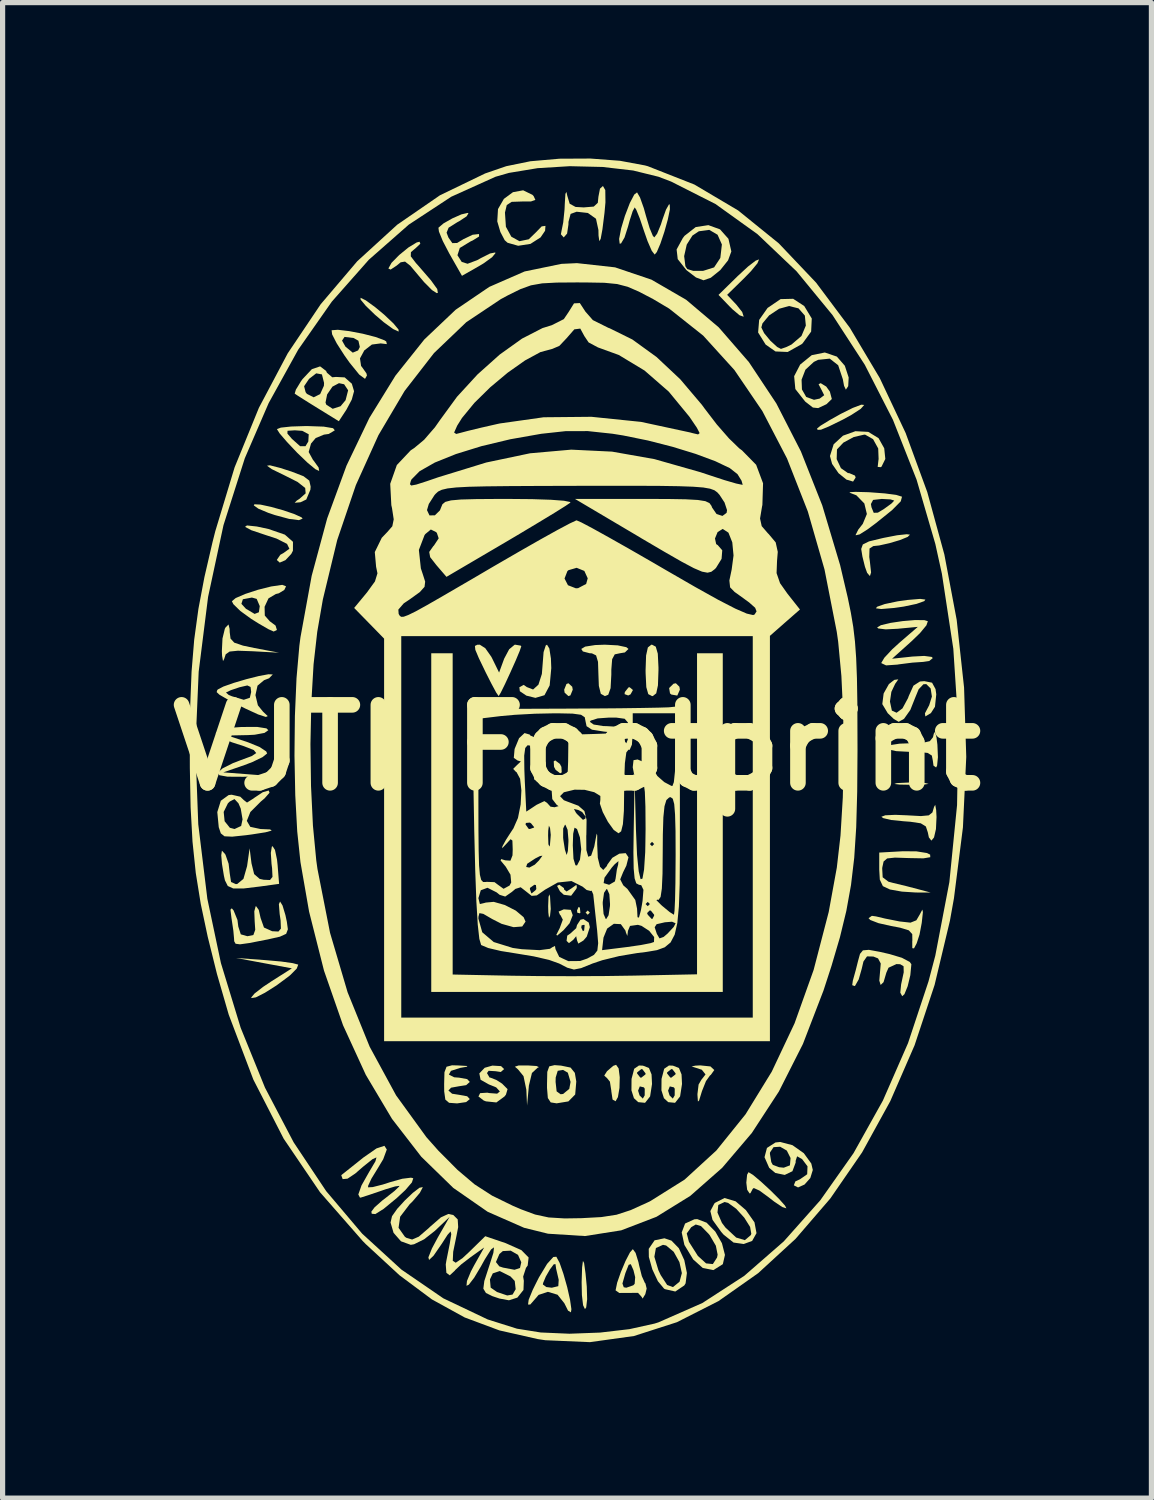
<source format=kicad_pcb>
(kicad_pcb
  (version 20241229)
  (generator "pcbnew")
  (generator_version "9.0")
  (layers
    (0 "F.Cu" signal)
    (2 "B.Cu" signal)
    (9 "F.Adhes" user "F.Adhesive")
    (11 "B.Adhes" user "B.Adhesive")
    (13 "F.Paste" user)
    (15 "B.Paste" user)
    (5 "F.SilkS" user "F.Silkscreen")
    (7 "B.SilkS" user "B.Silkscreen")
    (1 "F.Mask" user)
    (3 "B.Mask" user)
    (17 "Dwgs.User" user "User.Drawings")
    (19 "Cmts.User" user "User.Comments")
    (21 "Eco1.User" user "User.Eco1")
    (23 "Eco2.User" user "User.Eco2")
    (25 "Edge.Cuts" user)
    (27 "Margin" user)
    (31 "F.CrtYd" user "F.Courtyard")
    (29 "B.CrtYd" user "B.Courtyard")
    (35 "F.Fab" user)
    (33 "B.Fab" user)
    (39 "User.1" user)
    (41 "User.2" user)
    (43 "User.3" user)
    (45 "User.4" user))
  (footprint "VJTI Footprint"
    (layer "F.Cu")
    (at 8.05 11.331)
    (property "Reference" "VJTI Footprint" (at 0 0 0) (layer "F.SilkS") (effects (font (size 1.5 1.5) (thickness 0.3))))
    (attr board_only exclude_from_pos_files exclude_from_bom)
    (fp_poly (pts (xy 0.247 3.175) (xy 0.206 3.216) (xy 0.165 3.175) (xy 0.206 3.134)) (stroke (width 0) (type solid)) (fill yes) (layer "F.SilkS"))
    (fp_poly (pts (xy -0.77 0.522) (xy -0.76 0.62) (xy -0.77 0.632) (xy -0.819 0.621) (xy -0.825 0.577) (xy -0.795 0.509)) (stroke (width 0) (type solid)) (fill yes) (layer "F.SilkS"))
    (fp_poly (pts (xy -0.605 0.275) (xy -0.595 0.373) (xy -0.605 0.385) (xy -0.654 0.374) (xy -0.66 0.33) (xy -0.63 0.262)) (stroke (width 0) (type solid)) (fill yes) (layer "F.SilkS"))
    (fp_poly (pts (xy 0.055 3.079) (xy 0.065 3.177) (xy 0.055 3.189) (xy 0.006 3.177) (xy 0 3.134) (xy 0.03 3.066)) (stroke (width 0) (type solid)) (fill yes) (layer "F.SilkS"))
    (fp_poly (pts (xy 1.076 -1.107) (xy 1.03 -1.024) (xy 0.985 -1.002) (xy 0.915 -1.028) (xy 0.92 -1.068) (xy 0.989 -1.156) (xy 1.012 -1.161)) (stroke (width 0) (type solid)) (fill yes) (layer "F.SilkS"))
    (fp_poly (pts (xy -0.519 2.866) (xy -0.505 3.106) (xy -0.519 3.237) (xy -0.539 3.276) (xy -0.552 3.172) (xy -0.555 3.051) (xy -0.548 2.873) (xy -0.532 2.824)) (stroke (width 0) (type solid)) (fill yes) (layer "F.SilkS"))
    (fp_poly (pts (xy -0.331 0.313) (xy -0.3 0.371) (xy -0.294 0.478) (xy -0.324 0.495) (xy -0.411 0.429) (xy -0.442 0.371) (xy -0.448 0.265) (xy -0.419 0.247)) (stroke (width 0) (type solid)) (fill yes) (layer "F.SilkS"))
    (fp_poly (pts (xy -0.092 -1.17) (xy -0.082 -1.113) (xy -0.127 -1.004) (xy -0.165 -0.99) (xy -0.238 -1.056) (xy -0.247 -1.113) (xy -0.203 -1.223) (xy -0.165 -1.237)) (stroke (width 0) (type solid)) (fill yes) (layer "F.SilkS"))
    (fp_poly (pts (xy 1.97 -1.17) (xy 1.979 -1.113) (xy 1.929 -1) (xy 1.815 -1.02) (xy 1.789 -1.042) (xy 1.772 -1.145) (xy 1.856 -1.228) (xy 1.902 -1.237)) (stroke (width 0) (type solid)) (fill yes) (layer "F.SilkS"))
    (fp_poly (pts (xy 6.7 0.683) (xy 6.763 0.699) (xy 6.679 0.711) (xy 6.466 0.716) (xy 6.432 0.716) (xy 6.206 0.712) (xy 6.105 0.7) (xy 6.148 0.685) (xy 6.164 0.683) (xy 6.454 0.669)) (stroke (width 0) (type solid)) (fill yes) (layer "F.SilkS"))
    (fp_poly (pts (xy 0.136 9.915) (xy 0.164 10.116) (xy 0.188 10.37) (xy 0.195 10.612) (xy 0.177 10.769) (xy 0.153 10.803) (xy 0.117 10.728) (xy 0.094 10.532) (xy 0.089 10.288) (xy 0.098 10) (xy 0.114 9.876)) (stroke (width 0) (type solid)) (fill yes) (layer "F.SilkS"))
    (fp_poly (pts (xy -4.063 -8.603) (xy -3.883 -8.472) (xy -3.711 -8.329) (xy -3.531 -8.159) (xy -3.433 -8.041) (xy -3.432 -8.002) (xy -3.539 -8.052) (xy -3.721 -8.185) (xy -3.886 -8.326) (xy -4.063 -8.497) (xy -4.162 -8.616) (xy -4.165 -8.653)) (stroke (width 0) (type solid)) (fill yes) (layer "F.SilkS"))
    (fp_poly (pts (xy -0.252 2.703) (xy -0.247 2.732) (xy -0.201 2.769) (xy -0.11 2.711) (xy -0.011 2.64) (xy -0.003 2.685) (xy -0.012 2.716) (xy -0.113 2.85) (xy -0.254 2.832) (xy -0.328 2.765) (xy -0.384 2.661) (xy -0.34 2.639)) (stroke (width 0) (type solid)) (fill yes) (layer "F.SilkS"))
    (fp_poly (pts (xy -0.119 3.122) (xy -0.082 3.225) (xy -0.143 3.38) (xy -0.259 3.513) (xy -0.381 3.617) (xy -0.398 3.602) (xy -0.333 3.474) (xy -0.273 3.311) (xy -0.319 3.223) (xy -0.328 3.217) (xy -0.354 3.155) (xy -0.254 3.112)) (stroke (width 0) (type solid)) (fill yes) (layer "F.SilkS"))
    (fp_poly (pts (xy 6.702 -2.847) (xy 6.68 -2.817) (xy 6.531 -2.764) (xy 6.284 -2.712) (xy 6.103 -2.686) (xy 5.852 -2.665) (xy 5.75 -2.679) (xy 5.773 -2.709) (xy 5.921 -2.761) (xy 6.168 -2.813) (xy 6.35 -2.839) (xy 6.601 -2.86)) (stroke (width 0) (type solid)) (fill yes) (layer "F.SilkS"))
    (fp_poly (pts (xy -6.089 -4.674) (xy -5.885 -4.63) (xy -5.649 -4.564) (xy -5.436 -4.491) (xy -5.3 -4.429) (xy -5.278 -4.405) (xy -5.349 -4.375) (xy -5.539 -4.399) (xy -5.813 -4.473) (xy -5.938 -4.515) (xy -6.131 -4.596) (xy -6.218 -4.659) (xy -6.206 -4.68)) (stroke (width 0) (type solid)) (fill yes) (layer "F.SilkS"))
    (fp_poly (pts (xy -0.778 6.126) (xy -0.732 6.148) (xy -0.758 6.159) (xy -0.867 6.26) (xy -0.926 6.504) (xy -0.929 6.541) (xy -0.961 6.886) (xy -0.975 6.581) (xy -1.029 6.321) (xy -1.134 6.192) (xy -1.195 6.139) (xy -1.125 6.116) (xy -0.948 6.115)) (stroke (width 0) (type solid)) (fill yes) (layer "F.SilkS"))
    (fp_poly (pts (xy 5.525 -6.591) (xy 5.458 -6.516) (xy 5.283 -6.402) (xy 5.116 -6.31) (xy 4.847 -6.178) (xy 4.694 -6.115) (xy 4.628 -6.112) (xy 4.618 -6.138) (xy 4.685 -6.192) (xy 4.858 -6.298) (xy 5.072 -6.418) (xy 5.305 -6.534) (xy 5.469 -6.596)) (stroke (width 0) (type solid)) (fill yes) (layer "F.SilkS"))
    (fp_poly (pts (xy 0.801 6.173) (xy 0.822 6.343) (xy 0.817 6.547) (xy 0.787 6.724) (xy 0.742 6.804) (xy 0.684 6.771) (xy 0.66 6.611) (xy 0.66 6.602) (xy 0.633 6.427) (xy 0.57 6.35) (xy 0.567 6.35) (xy 0.524 6.31) (xy 0.577 6.226) (xy 0.696 6.123) (xy 0.752 6.103)) (stroke (width 0) (type solid)) (fill yes) (layer "F.SilkS"))
    (fp_poly (pts (xy 1.515 -1.941) (xy 1.554 -1.807) (xy 1.567 -1.544) (xy 1.567 -1.484) (xy 1.557 -1.197) (xy 1.524 -1.043) (xy 1.458 -0.991) (xy 1.443 -0.99) (xy 1.371 -1.028) (xy 1.333 -1.162) (xy 1.32 -1.425) (xy 1.319 -1.484) (xy 1.329 -1.772) (xy 1.363 -1.926) (xy 1.428 -1.978) (xy 1.443 -1.979)) (stroke (width 0) (type solid)) (fill yes) (layer "F.SilkS"))
    (fp_poly (pts (xy 3.471 -9.316) (xy 3.348 -9.166) (xy 3.215 -9.029) (xy 2.888 -8.709) (xy 3.066 -8.52) (xy 3.178 -8.378) (xy 3.206 -8.291) (xy 3.204 -8.289) (xy 3.127 -8.316) (xy 2.988 -8.433) (xy 2.943 -8.478) (xy 2.722 -8.708) (xy 3.091 -9.07) (xy 3.288 -9.252) (xy 3.437 -9.367) (xy 3.502 -9.391)) (stroke (width 0) (type solid)) (fill yes) (layer "F.SilkS"))
    (fp_poly (pts (xy -5.709 -5.379) (xy -5.494 -5.31) (xy -5.261 -5.22) (xy -5.15 -5.135) (xy -5.124 -5.02) (xy -5.129 -4.96) (xy -5.208 -4.772) (xy -5.319 -4.719) (xy -5.432 -4.709) (xy -5.391 -4.751) (xy -5.34 -4.784) (xy -5.22 -4.89) (xy -5.229 -4.994) (xy -5.378 -5.111) (xy -5.628 -5.237) (xy -5.872 -5.356) (xy -5.964 -5.422) (xy -5.908 -5.43)) (stroke (width 0) (type solid)) (fill yes) (layer "F.SilkS"))
    (fp_poly (pts (xy -0.532 -1.905) (xy -0.502 -1.713) (xy -0.495 -1.529) (xy -0.526 -1.195) (xy -0.626 -1.007) (xy -0.8 -0.956) (xy -0.974 -0.999) (xy -1.1 -1.084) (xy -1.109 -1.161) (xy -1.025 -1.206) (xy -0.966 -1.164) (xy -0.845 -1.117) (xy -0.742 -1.21) (xy -0.676 -1.416) (xy -0.66 -1.618) (xy -0.643 -1.836) (xy -0.601 -1.965) (xy -0.577 -1.979)) (stroke (width 0) (type solid)) (fill yes) (layer "F.SilkS"))
    (fp_poly (pts (xy 3.386 8.221) (xy 3.539 8.35) (xy 3.719 8.516) (xy 3.886 8.682) (xy 4.001 8.811) (xy 4.028 8.864) (xy 3.949 8.839) (xy 3.79 8.732) (xy 3.686 8.651) (xy 3.511 8.523) (xy 3.401 8.473) (xy 3.381 8.488) (xy 3.336 8.573) (xy 3.319 8.577) (xy 3.273 8.506) (xy 3.257 8.37) (xy 3.272 8.217) (xy 3.299 8.168)) (stroke (width 0) (type solid)) (fill yes) (layer "F.SilkS"))
    (fp_poly (pts (xy -6.683 -2.283) (xy -6.681 -2.219) (xy -6.665 -2.096) (xy -6.593 -2.018) (xy -6.425 -1.961) (xy -6.206 -1.915) (xy -5.731 -1.825) (xy -6.242 -1.853) (xy -6.524 -1.863) (xy -6.683 -1.847) (xy -6.758 -1.794) (xy -6.788 -1.703) (xy -6.81 -1.663) (xy -6.828 -1.766) (xy -6.832 -1.856) (xy -6.82 -2.099) (xy -6.775 -2.284) (xy -6.762 -2.309) (xy -6.704 -2.368)) (stroke (width 0) (type solid)) (fill yes) (layer "F.SilkS"))
    (fp_poly (pts (xy -6.161 -4.253) (xy -5.936 -4.205) (xy -5.62 -4.096) (xy -5.464 -3.958) (xy -5.465 -3.786) (xy -5.497 -3.725) (xy -5.609 -3.605) (xy -5.719 -3.558) (xy -5.772 -3.606) (xy -5.773 -3.613) (xy -5.707 -3.709) (xy -5.649 -3.741) (xy -5.533 -3.824) (xy -5.578 -3.918) (xy -5.782 -4.021) (xy -5.985 -4.087) (xy -6.265 -4.181) (xy -6.386 -4.246) (xy -6.35 -4.273)) (stroke (width 0) (type solid)) (fill yes) (layer "F.SilkS"))
    (fp_poly (pts (xy -5.982 4.09) (xy -5.69 4.116) (xy -5.469 4.147) (xy -5.364 4.175) (xy -5.363 4.176) (xy -5.391 4.251) (xy -5.515 4.376) (xy -5.545 4.401) (xy -5.781 4.576) (xy -6.004 4.717) (xy -6.177 4.805) (xy -6.263 4.819) (xy -6.267 4.808) (xy -6.203 4.731) (xy -6.038 4.603) (xy -5.876 4.495) (xy -5.485 4.247) (xy -6.02 4.148) (xy -6.556 4.048)) (stroke (width 0) (type solid)) (fill yes) (layer "F.SilkS"))
    (fp_poly (pts (xy 2.567 6.134) (xy 2.641 6.203) (xy 2.574 6.297) (xy 2.558 6.308) (xy 2.481 6.416) (xy 2.404 6.609) (xy 2.4 6.622) (xy 2.348 6.791) (xy 2.326 6.809) (xy 2.317 6.684) (xy 2.317 6.664) (xy 2.339 6.482) (xy 2.392 6.391) (xy 2.472 6.288) (xy 2.401 6.198) (xy 2.288 6.161) (xy 2.204 6.135) (xy 2.276 6.119) (xy 2.371 6.114)) (stroke (width 0) (type solid)) (fill yes) (layer "F.SilkS"))
    (fp_poly (pts (xy -2.392 1.276) (xy -2.392 4.366) (xy -1.258 4.389) (xy -0.718 4.396) (xy -0.091 4.398) (xy 0.543 4.395) (xy 1.093 4.387) (xy 2.309 4.362) (xy 2.309 1.274) (xy 2.309 -1.814) (xy 2.556 -1.814) (xy 2.804 -1.814) (xy 2.804 1.443) (xy 2.804 4.701) (xy 0 4.701) (xy -2.804 4.701) (xy -2.804 1.443) (xy -2.804 -1.814) (xy -2.598 -1.814) (xy -2.392 -1.814)) (stroke (width 0) (type solid)) (fill yes) (layer "F.SilkS"))
    (fp_poly (pts (xy 6.405 -4.096) (xy 6.362 -4.053) (xy 6.213 -3.992) (xy 6.011 -3.932) (xy 5.813 -3.888) (xy 5.7 -3.876) (xy 5.627 -3.829) (xy 5.622 -3.666) (xy 5.633 -3.587) (xy 5.657 -3.369) (xy 5.635 -3.299) (xy 5.581 -3.361) (xy 5.539 -3.479) (xy 5.49 -3.676) (xy 5.49 -3.677) (xy 5.467 -3.821) (xy 5.498 -3.907) (xy 5.617 -3.966) (xy 5.86 -4.025) (xy 5.899 -4.034) (xy 6.157 -4.084) (xy 6.343 -4.104)) (stroke (width 0) (type solid)) (fill yes) (layer "F.SilkS"))
    (fp_poly (pts (xy 6.909 1.202) (xy 6.916 1.335) (xy 6.905 1.568) (xy 6.868 1.729) (xy 6.817 1.79) (xy 6.769 1.729) (xy 6.748 1.63) (xy 6.711 1.518) (xy 6.613 1.457) (xy 6.411 1.427) (xy 6.288 1.418) (xy 6.046 1.394) (xy 5.889 1.357) (xy 5.855 1.331) (xy 5.93 1.303) (xy 6.123 1.294) (xy 6.343 1.303) (xy 6.616 1.318) (xy 6.767 1.304) (xy 6.837 1.248) (xy 6.868 1.143) (xy 6.891 1.101)) (stroke (width 0) (type solid)) (fill yes) (layer "F.SilkS"))
    (fp_poly (pts (xy 6.915 -0.198) (xy 6.933 -0.055) (xy 6.943 0.185) (xy 6.927 0.347) (xy 6.908 0.383) (xy 6.858 0.348) (xy 6.845 0.252) (xy 6.826 0.154) (xy 6.745 0.103) (xy 6.561 0.084) (xy 6.391 0.082) (xy 6.143 0.069) (xy 5.978 0.034) (xy 5.938 0) (xy 6.012 -0.045) (xy 6.204 -0.075) (xy 6.385 -0.082) (xy 6.647 -0.09) (xy 6.787 -0.123) (xy 6.848 -0.199) (xy 6.864 -0.268) (xy 6.887 -0.304)) (stroke (width 0) (type solid)) (fill yes) (layer "F.SilkS"))
    (fp_poly (pts (xy -3.014 -9.692) (xy -3.097 -9.614) (xy -3.195 -9.53) (xy -3.198 -9.45) (xy -3.099 -9.321) (xy -3.047 -9.263) (xy -2.811 -8.99) (xy -2.689 -8.821) (xy -2.677 -8.747) (xy -2.698 -8.742) (xy -2.79 -8.801) (xy -2.941 -8.953) (xy -3.046 -9.077) (xy -3.207 -9.269) (xy -3.308 -9.349) (xy -3.392 -9.335) (xy -3.472 -9.27) (xy -3.586 -9.195) (xy -3.629 -9.216) (xy -3.568 -9.325) (xy -3.421 -9.475) (xy -3.242 -9.621) (xy -3.084 -9.717) (xy -3.029 -9.731)) (stroke (width 0) (type solid)) (fill yes) (layer "F.SilkS"))
    (fp_poly (pts (xy -1.083 -1.961) (xy -1.072 -1.948) (xy -1.103 -1.857) (xy -1.18 -1.673) (xy -1.282 -1.445) (xy -1.385 -1.222) (xy -1.468 -1.054) (xy -1.507 -0.99) (xy -1.554 -1.057) (xy -1.649 -1.234) (xy -1.756 -1.445) (xy -1.889 -1.721) (xy -1.956 -1.88) (xy -1.964 -1.955) (xy -1.918 -1.978) (xy -1.87 -1.979) (xy -1.765 -1.912) (xy -1.648 -1.746) (xy -1.63 -1.711) (xy -1.499 -1.443) (xy -1.401 -1.711) (xy -1.305 -1.891) (xy -1.2 -1.978) (xy -1.188 -1.979)) (stroke (width 0) (type solid)) (fill yes) (layer "F.SilkS"))
    (fp_poly (pts (xy 0.784 -1.966) (xy 0.949 -1.931) (xy 0.99 -1.897) (xy 0.921 -1.83) (xy 0.825 -1.814) (xy 0.726 -1.793) (xy 0.676 -1.7) (xy 0.66 -1.497) (xy 0.66 -1.402) (xy 0.646 -1.143) (xy 0.601 -1.016) (xy 0.536 -0.99) (xy 0.458 -1.034) (xy 0.42 -1.187) (xy 0.412 -1.402) (xy 0.404 -1.649) (xy 0.367 -1.773) (xy 0.286 -1.813) (xy 0.247 -1.814) (xy 0.113 -1.849) (xy 0.082 -1.897) (xy 0.157 -1.942) (xy 0.349 -1.972) (xy 0.536 -1.979)) (stroke (width 0) (type solid)) (fill yes) (layer "F.SilkS"))
    (fp_poly (pts (xy 6.525 1.996) (xy 6.727 2.028) (xy 6.793 2.059) (xy 6.796 2.109) (xy 6.664 2.131) (xy 6.39 2.126) (xy 6.116 2.117) (xy 5.966 2.133) (xy 5.898 2.191) (xy 5.873 2.306) (xy 5.871 2.327) (xy 5.88 2.496) (xy 5.991 2.58) (xy 6.077 2.603) (xy 6.338 2.666) (xy 6.556 2.723) (xy 6.804 2.789) (xy 6.515 2.788) (xy 6.25 2.771) (xy 6.02 2.73) (xy 5.884 2.666) (xy 5.825 2.541) (xy 5.814 2.347) (xy 5.814 2.02) (xy 6.259 1.995)) (stroke (width 0) (type solid)) (fill yes) (layer "F.SilkS"))
    (fp_poly (pts (xy 6.654 3.165) (xy 6.633 3.36) (xy 6.63 3.381) (xy 6.589 3.597) (xy 6.534 3.766) (xy 6.483 3.863) (xy 6.45 3.859) (xy 6.449 3.728) (xy 6.451 3.71) (xy 6.449 3.589) (xy 6.383 3.516) (xy 6.215 3.465) (xy 6.041 3.432) (xy 5.8 3.378) (xy 5.642 3.317) (xy 5.608 3.282) (xy 5.672 3.237) (xy 5.752 3.248) (xy 5.929 3.29) (xy 6.171 3.338) (xy 6.205 3.345) (xy 6.415 3.368) (xy 6.528 3.323) (xy 6.597 3.205) (xy 6.643 3.117)) (stroke (width 0) (type solid)) (fill yes) (layer "F.SilkS"))
    (fp_poly (pts (xy 0.226 3.367) (xy 0.247 3.454) (xy 0.188 3.636) (xy 0.124 3.711) (xy 0.025 3.771) (xy -0.001 3.705) (xy -0.001 3.701) (xy -0.016 3.629) (xy -0.073 3.699) (xy -0.155 3.762) (xy -0.201 3.719) (xy -0.188 3.618) (xy -0.129 3.578) (xy -0.016 3.475) (xy -0.013 3.464) (xy 0.082 3.464) (xy 0.113 3.532) (xy 0.137 3.519) (xy 0.147 3.421) (xy 0.137 3.409) (xy 0.088 3.42) (xy 0.082 3.464) (xy -0.013 3.464) (xy 0 3.414) (xy 0.066 3.312) (xy 0.124 3.299)) (stroke (width 0) (type solid)) (fill yes) (layer "F.SilkS"))
    (fp_poly (pts (xy -0.857 -10.633) (xy -0.834 -10.608) (xy -0.801 -10.536) (xy -0.884 -10.506) (xy -1.051 -10.505) (xy -1.257 -10.498) (xy -1.351 -10.437) (xy -1.386 -10.292) (xy -1.368 -10.019) (xy -1.264 -9.828) (xy -1.107 -9.741) (xy -0.928 -9.778) (xy -0.79 -9.912) (xy -0.68 -10.026) (xy -0.607 -10.036) (xy -0.614 -9.942) (xy -0.701 -9.814) (xy -0.896 -9.689) (xy -1.132 -9.653) (xy -1.336 -9.711) (xy -1.391 -9.76) (xy -1.474 -9.918) (xy -1.534 -10.122) (xy -1.52 -10.359) (xy -1.407 -10.555) (xy -1.232 -10.684) (xy -1.036 -10.72)) (stroke (width 0) (type solid)) (fill yes) (layer "F.SilkS"))
    (fp_poly (pts (xy -0.309 6.118) (xy -0.124 6.156) (xy -0.042 6.258) (xy -0.014 6.424) (xy -0.035 6.674) (xy -0.166 6.807) (xy -0.392 6.844) (xy -0.506 6.826) (xy -0.561 6.742) (xy -0.577 6.548) (xy -0.577 6.468) (xy -0.576 6.432) (xy -0.412 6.432) (xy -0.392 6.614) (xy -0.316 6.669) (xy -0.268 6.664) (xy -0.149 6.566) (xy -0.124 6.432) (xy -0.177 6.254) (xy -0.268 6.201) (xy -0.371 6.218) (xy -0.41 6.347) (xy -0.412 6.432) (xy -0.576 6.432) (xy -0.572 6.239) (xy -0.534 6.133) (xy -0.432 6.109)) (stroke (width 0) (type solid)) (fill yes) (layer "F.SilkS"))
    (fp_poly (pts (xy -2.288 6.115) (xy -2.12 6.125) (xy -2.109 6.138) (xy -2.247 6.162) (xy -2.425 6.219) (xy -2.465 6.291) (xy -2.363 6.343) (xy -2.268 6.35) (xy -2.113 6.378) (xy -2.062 6.432) (xy -2.132 6.494) (xy -2.268 6.515) (xy -2.423 6.543) (xy -2.474 6.597) (xy -2.403 6.659) (xy -2.268 6.68) (xy -2.113 6.708) (xy -2.062 6.762) (xy -2.133 6.82) (xy -2.306 6.845) (xy -2.309 6.845) (xy -2.461 6.834) (xy -2.533 6.772) (xy -2.555 6.614) (xy -2.556 6.474) (xy -2.55 6.246) (xy -2.51 6.14) (xy -2.404 6.112)) (stroke (width 0) (type solid)) (fill yes) (layer "F.SilkS"))
    (fp_poly (pts (xy -1.461 6.128) (xy -1.402 6.185) (xy -1.466 6.241) (xy -1.567 6.226) (xy -1.7 6.218) (xy -1.732 6.262) (xy -1.683 6.347) (xy -1.665 6.35) (xy -1.552 6.394) (xy -1.441 6.465) (xy -1.336 6.571) (xy -1.367 6.676) (xy -1.395 6.712) (xy -1.551 6.827) (xy -1.751 6.806) (xy -1.794 6.79) (xy -1.896 6.712) (xy -1.864 6.648) (xy -1.726 6.639) (xy -1.691 6.646) (xy -1.536 6.658) (xy -1.484 6.615) (xy -1.555 6.537) (xy -1.696 6.48) (xy -1.855 6.39) (xy -1.879 6.268) (xy -1.776 6.16) (xy -1.628 6.118)) (stroke (width 0) (type solid)) (fill yes) (layer "F.SilkS"))
    (fp_poly (pts (xy 3.051 8.729) (xy 3.249 8.898) (xy 3.414 9.133) (xy 3.453 9.341) (xy 3.369 9.491) (xy 3.207 9.55) (xy 3.011 9.522) (xy 2.819 9.369) (xy 2.774 9.317) (xy 2.607 9.086) (xy 2.572 8.945) (xy 2.702 8.945) (xy 2.788 9.144) (xy 2.856 9.234) (xy 3.062 9.426) (xy 3.229 9.476) (xy 3.342 9.38) (xy 3.353 9.355) (xy 3.33 9.222) (xy 3.218 9.044) (xy 3.062 8.872) (xy 2.906 8.759) (xy 2.839 8.742) (xy 2.718 8.799) (xy 2.702 8.945) (xy 2.572 8.945) (xy 2.565 8.917) (xy 2.64 8.774) (xy 2.655 8.758) (xy 2.838 8.665)) (stroke (width 0) (type solid)) (fill yes) (layer "F.SilkS"))
    (fp_poly (pts (xy 6.683 -2.451) (xy 6.749 -2.431) (xy 6.722 -2.352) (xy 6.597 -2.201) (xy 6.432 -2.042) (xy 6.061 -1.709) (xy 6.453 -1.751) (xy 6.68 -1.763) (xy 6.822 -1.744) (xy 6.845 -1.722) (xy 6.775 -1.665) (xy 6.659 -1.648) (xy 6.452 -1.634) (xy 6.192 -1.601) (xy 6.164 -1.596) (xy 5.946 -1.581) (xy 5.856 -1.623) (xy 5.855 -1.632) (xy 5.913 -1.729) (xy 6.063 -1.89) (xy 6.206 -2.02) (xy 6.556 -2.322) (xy 6.164 -2.285) (xy 5.937 -2.274) (xy 5.796 -2.291) (xy 5.773 -2.31) (xy 5.846 -2.354) (xy 6.029 -2.398) (xy 6.266 -2.433) (xy 6.503 -2.453)) (stroke (width 0) (type solid)) (fill yes) (layer "F.SilkS"))
    (fp_poly (pts (xy 1.817 9.485) (xy 1.959 9.631) (xy 2.064 9.86) (xy 2.114 10.107) (xy 2.089 10.306) (xy 2.064 10.347) (xy 1.891 10.464) (xy 1.693 10.419) (xy 1.674 10.408) (xy 1.556 10.266) (xy 1.449 10.038) (xy 1.382 9.799) (xy 1.382 9.796) (xy 1.488 9.796) (xy 1.566 10.055) (xy 1.61 10.148) (xy 1.734 10.338) (xy 1.846 10.379) (xy 1.971 10.277) (xy 1.973 10.274) (xy 2.017 10.11) (xy 1.97 9.898) (xy 1.86 9.7) (xy 1.715 9.579) (xy 1.654 9.566) (xy 1.518 9.627) (xy 1.488 9.796) (xy 1.382 9.796) (xy 1.38 9.643) (xy 1.492 9.479) (xy 1.682 9.44)) (stroke (width 0) (type solid)) (fill yes) (layer "F.SilkS"))
    (fp_poly (pts (xy 2.493 9.14) (xy 2.661 9.312) (xy 2.788 9.535) (xy 2.846 9.76) (xy 2.806 9.934) (xy 2.801 9.941) (xy 2.623 10.052) (xy 2.419 10.011) (xy 2.236 9.848) (xy 2.066 9.568) (xy 2.018 9.347) (xy 2.111 9.347) (xy 2.152 9.505) (xy 2.156 9.513) (xy 2.325 9.779) (xy 2.483 9.923) (xy 2.613 9.936) (xy 2.694 9.81) (xy 2.705 9.755) (xy 2.671 9.583) (xy 2.553 9.381) (xy 2.529 9.352) (xy 2.385 9.205) (xy 2.284 9.175) (xy 2.197 9.227) (xy 2.111 9.347) (xy 2.018 9.347) (xy 2.014 9.328) (xy 2.079 9.156) (xy 2.257 9.075) (xy 2.313 9.071)) (stroke (width 0) (type solid)) (fill yes) (layer "F.SilkS"))
    (fp_poly (pts (xy 4.371 -8.494) (xy 4.516 -8.254) (xy 4.504 -8.002) (xy 4.339 -7.775) (xy 4.318 -7.758) (xy 4.053 -7.61) (xy 3.818 -7.62) (xy 3.629 -7.752) (xy 3.484 -7.985) (xy 3.492 -8.082) (xy 3.546 -8.082) (xy 3.599 -7.973) (xy 3.72 -7.826) (xy 3.851 -7.706) (xy 3.923 -7.669) (xy 4.025 -7.704) (xy 4.127 -7.754) (xy 4.318 -7.918) (xy 4.402 -8.118) (xy 4.383 -8.31) (xy 4.261 -8.449) (xy 4.079 -8.494) (xy 3.887 -8.441) (xy 3.696 -8.314) (xy 3.568 -8.16) (xy 3.546 -8.082) (xy 3.492 -8.082) (xy 3.504 -8.227) (xy 3.666 -8.457) (xy 3.916 -8.627) (xy 4.158 -8.633)) (stroke (width 0) (type solid)) (fill yes) (layer "F.SilkS"))
    (fp_poly (pts (xy 5.603 -6.073) (xy 5.801 -5.952) (xy 5.91 -5.757) (xy 5.931 -5.552) (xy 5.858 -5.404) (xy 5.843 -5.394) (xy 5.784 -5.399) (xy 5.8 -5.54) (xy 5.802 -5.548) (xy 5.794 -5.754) (xy 5.695 -5.933) (xy 5.544 -6.019) (xy 5.525 -6.02) (xy 5.324 -5.974) (xy 5.124 -5.866) (xy 5.003 -5.738) (xy 5.001 -5.732) (xy 4.995 -5.549) (xy 5.077 -5.375) (xy 5.211 -5.281) (xy 5.24 -5.278) (xy 5.347 -5.232) (xy 5.36 -5.195) (xy 5.311 -5.117) (xy 5.183 -5.155) (xy 5.031 -5.278) (xy 4.907 -5.457) (xy 4.866 -5.608) (xy 4.937 -5.834) (xy 5.117 -6) (xy 5.356 -6.086)) (stroke (width 0) (type solid)) (fill yes) (layer "F.SilkS"))
    (fp_poly (pts (xy -4.381 -8.011) (xy -4.12 -7.961) (xy -3.875 -7.898) (xy -3.705 -7.835) (xy -3.67 -7.812) (xy -3.658 -7.761) (xy -3.776 -7.775) (xy -3.946 -7.753) (xy -4.092 -7.64) (xy -4.175 -7.486) (xy -4.154 -7.341) (xy -4.136 -7.319) (xy -4.051 -7.199) (xy -4.041 -7.158) (xy -4.078 -7.093) (xy -4.189 -7.175) (xy -4.374 -7.403) (xy -4.474 -7.544) (xy -4.622 -7.775) (xy -4.65 -7.829) (xy -4.52 -7.829) (xy -4.455 -7.713) (xy -4.314 -7.597) (xy -4.211 -7.64) (xy -4.178 -7.706) (xy -4.205 -7.826) (xy -4.299 -7.879) (xy -4.472 -7.9) (xy -4.52 -7.829) (xy -4.65 -7.829) (xy -4.711 -7.949) (xy -4.721 -8.028) (xy -4.601 -8.037)) (stroke (width 0) (type solid)) (fill yes) (layer "F.SilkS"))
    (fp_poly (pts (xy 0.544 -10.724) (xy 0.547 -10.489) (xy 0.529 -10.288) (xy 0.489 -9.97) (xy 0.455 -9.785) (xy 0.429 -9.742) (xy 0.414 -9.85) (xy 0.412 -9.956) (xy 0.365 -10.173) (xy 0.209 -10.284) (xy -0.007 -10.308) (xy -0.123 -10.266) (xy -0.164 -10.114) (xy -0.165 -10.061) (xy -0.191 -9.887) (xy -0.255 -9.814) (xy -0.256 -9.814) (xy -0.31 -9.874) (xy -0.297 -9.944) (xy -0.265 -10.103) (xy -0.24 -10.35) (xy -0.235 -10.46) (xy -0.223 -10.652) (xy -0.204 -10.689) (xy -0.188 -10.618) (xy -0.141 -10.462) (xy -0.028 -10.4) (xy 0.129 -10.391) (xy 0.322 -10.407) (xy 0.4 -10.479) (xy 0.412 -10.597) (xy 0.442 -10.752) (xy 0.499 -10.803)) (stroke (width 0) (type solid)) (fill yes) (layer "F.SilkS"))
    (fp_poly (pts (xy 2.751 -9.969) (xy 2.913 -9.787) (xy 2.969 -9.544) (xy 2.906 -9.373) (xy 2.756 -9.185) (xy 2.574 -9.038) (xy 2.433 -8.989) (xy 2.288 -9.044) (xy 2.114 -9.177) (xy 2.099 -9.191) (xy 1.937 -9.397) (xy 1.931 -9.454) (xy 2.061 -9.454) (xy 2.085 -9.26) (xy 2.121 -9.205) (xy 2.237 -9.17) (xy 2.428 -9.171) (xy 2.637 -9.237) (xy 2.754 -9.414) (xy 2.758 -9.426) (xy 2.787 -9.678) (xy 2.704 -9.865) (xy 2.544 -9.959) (xy 2.344 -9.932) (xy 2.22 -9.849) (xy 2.111 -9.676) (xy 2.061 -9.454) (xy 1.931 -9.454) (xy 1.916 -9.582) (xy 2.034 -9.799) (xy 2.068 -9.844) (xy 2.284 -10.013) (xy 2.527 -10.05)) (stroke (width 0) (type solid)) (fill yes) (layer "F.SilkS"))
    (fp_poly (pts (xy 5.591 -4.913) (xy 5.633 -4.911) (xy 5.924 -4.889) (xy 6.146 -4.859) (xy 6.252 -4.826) (xy 6.228 -4.737) (xy 6.061 -4.568) (xy 5.751 -4.318) (xy 5.587 -4.196) (xy 5.437 -4.101) (xy 5.362 -4.084) (xy 5.36 -4.091) (xy 5.41 -4.192) (xy 5.497 -4.303) (xy 5.576 -4.493) (xy 5.53 -4.685) (xy 5.654 -4.685) (xy 5.665 -4.622) (xy 5.708 -4.516) (xy 5.788 -4.519) (xy 5.905 -4.59) (xy 6.047 -4.693) (xy 6.103 -4.751) (xy 6.031 -4.774) (xy 5.863 -4.783) (xy 5.696 -4.764) (xy 5.654 -4.685) (xy 5.53 -4.685) (xy 5.528 -4.695) (xy 5.375 -4.852) (xy 5.262 -4.896) (xy 5.24 -4.913) (xy 5.358 -4.919)) (stroke (width 0) (type solid)) (fill yes) (layer "F.SilkS"))
    (fp_poly (pts (xy -5.974 -0.369) (xy -5.938 -0.334) (xy -6.012 -0.282) (xy -6.2 -0.247) (xy -6.329 -0.24) (xy -6.721 -0.232) (xy -6.328 -0.101) (xy -6.109 -0.012) (xy -5.979 0.074) (xy -5.961 0.113) (xy -6.049 0.184) (xy -6.244 0.278) (xy -6.396 0.336) (xy -6.804 0.477) (xy -6.35 0.512) (xy -5.896 0.547) (xy -6.419 0.562) (xy -6.723 0.56) (xy -6.88 0.532) (xy -6.908 0.48) (xy -6.817 0.399) (xy -6.62 0.3) (xy -6.469 0.242) (xy -6.258 0.164) (xy -6.171 0.106) (xy -6.217 0.049) (xy -6.406 -0.026) (xy -6.638 -0.101) (xy -6.876 -0.197) (xy -6.951 -0.278) (xy -6.866 -0.342) (xy -6.623 -0.384) (xy -6.453 -0.396) (xy -6.151 -0.397)) (stroke (width 0) (type solid)) (fill yes) (layer "F.SilkS"))
    (fp_poly (pts (xy 1.127 9.721) (xy 1.182 9.9) (xy 1.194 9.958) (xy 1.247 10.168) (xy 1.305 10.297) (xy 1.316 10.308) (xy 1.34 10.407) (xy 1.314 10.515) (xy 1.262 10.6) (xy 1.243 10.567) (xy 1.174 10.49) (xy 0.99 10.491) (xy 0.814 10.492) (xy 0.742 10.442) (xy 0.742 10.441) (xy 0.769 10.31) (xy 0.874 10.31) (xy 0.899 10.382) (xy 0.948 10.391) (xy 1.083 10.344) (xy 1.109 10.316) (xy 1.119 10.188) (xy 1.086 10.054) (xy 1.035 9.938) (xy 0.994 9.95) (xy 0.933 10.104) (xy 0.925 10.129) (xy 0.874 10.31) (xy 0.769 10.31) (xy 0.771 10.298) (xy 0.843 10.091) (xy 0.933 9.877) (xy 1.019 9.711) (xy 1.074 9.649)) (stroke (width 0) (type solid)) (fill yes) (layer "F.SilkS"))
    (fp_poly (pts (xy 1.268 6.119) (xy 1.384 6.164) (xy 1.434 6.288) (xy 1.443 6.472) (xy 1.406 6.711) (xy 1.309 6.834) (xy 1.177 6.821) (xy 1.095 6.745) (xy 1.049 6.6) (xy 1.175 6.6) (xy 1.203 6.691) (xy 1.266 6.753) (xy 1.302 6.691) (xy 1.303 6.563) (xy 1.287 6.537) (xy 1.208 6.518) (xy 1.175 6.6) (xy 1.049 6.6) (xy 1.047 6.595) (xy 1.049 6.377) (xy 1.051 6.366) (xy 1.077 6.268) (xy 1.155 6.268) (xy 1.217 6.348) (xy 1.237 6.35) (xy 1.317 6.287) (xy 1.319 6.268) (xy 1.257 6.187) (xy 1.237 6.185) (xy 1.157 6.248) (xy 1.155 6.268) (xy 1.077 6.268) (xy 1.1 6.179) (xy 1.192 6.116)) (stroke (width 0) (type solid)) (fill yes) (layer "F.SilkS"))
    (fp_poly (pts (xy 1.845 6.119) (xy 1.961 6.164) (xy 2.011 6.288) (xy 2.02 6.472) (xy 1.983 6.711) (xy 1.886 6.834) (xy 1.754 6.821) (xy 1.672 6.745) (xy 1.626 6.6) (xy 1.752 6.6) (xy 1.78 6.691) (xy 1.843 6.753) (xy 1.879 6.691) (xy 1.88 6.563) (xy 1.864 6.537) (xy 1.785 6.518) (xy 1.752 6.6) (xy 1.626 6.6) (xy 1.624 6.595) (xy 1.626 6.377) (xy 1.628 6.366) (xy 1.654 6.268) (xy 1.732 6.268) (xy 1.795 6.348) (xy 1.814 6.35) (xy 1.894 6.287) (xy 1.897 6.268) (xy 1.834 6.187) (xy 1.814 6.185) (xy 1.734 6.248) (xy 1.732 6.268) (xy 1.654 6.268) (xy 1.677 6.179) (xy 1.769 6.116)) (stroke (width 0) (type solid)) (fill yes) (layer "F.SilkS"))
    (fp_poly (pts (xy -5.81 1.97) (xy -5.771 2.156) (xy -5.76 2.259) (xy -5.731 2.622) (xy -6.093 2.672) (xy -6.416 2.711) (xy -6.612 2.711) (xy -6.718 2.663) (xy -6.773 2.554) (xy -6.793 2.464) (xy -6.83 2.238) (xy -6.844 2.072) (xy -6.831 1.983) (xy -6.774 2.044) (xy -6.762 2.062) (xy -6.702 2.235) (xy -6.681 2.418) (xy -6.655 2.586) (xy -6.563 2.627) (xy -6.536 2.624) (xy -6.417 2.526) (xy -6.347 2.281) (xy -6.345 2.267) (xy -6.298 1.938) (xy -6.262 2.227) (xy -6.211 2.434) (xy -6.105 2.526) (xy -6.029 2.543) (xy -5.906 2.548) (xy -5.858 2.488) (xy -5.866 2.321) (xy -5.877 2.234) (xy -5.89 2.026) (xy -5.871 1.907) (xy -5.856 1.897)) (stroke (width 0) (type solid)) (fill yes) (layer "F.SilkS"))
    (fp_poly (pts (xy -5.597 -3.102) (xy -5.631 -3.032) (xy -5.738 -2.967) (xy -5.793 -2.954) (xy -5.935 -2.87) (xy -6.01 -2.709) (xy -6.006 -2.539) (xy -5.907 -2.426) (xy -5.902 -2.424) (xy -5.799 -2.347) (xy -5.773 -2.262) (xy -5.835 -2.232) (xy -5.934 -2.276) (xy -6.121 -2.384) (xy -6.268 -2.476) (xy -6.476 -2.627) (xy -6.61 -2.758) (xy -6.614 -2.765) (xy -6.456 -2.765) (xy -6.369 -2.67) (xy -6.202 -2.571) (xy -6.12 -2.603) (xy -6.103 -2.721) (xy -6.162 -2.86) (xy -6.254 -2.886) (xy -6.428 -2.853) (xy -6.456 -2.765) (xy -6.614 -2.765) (xy -6.639 -2.815) (xy -6.566 -2.876) (xy -6.383 -2.955) (xy -6.139 -3.035) (xy -5.884 -3.099) (xy -5.67 -3.13) (xy -5.67 -3.13)) (stroke (width 0) (type solid)) (fill yes) (layer "F.SilkS"))
    (fp_poly (pts (xy -4.873 -6.174) (xy -4.693 -6.144) (xy -4.659 -6.103) (xy -4.776 -6.033) (xy -4.868 -6.02) (xy -5.027 -5.954) (xy -5.117 -5.848) (xy -5.162 -5.686) (xy -5.079 -5.534) (xy -5.065 -5.518) (xy -4.971 -5.387) (xy -4.96 -5.321) (xy -5.033 -5.355) (xy -5.185 -5.481) (xy -5.385 -5.673) (xy -5.386 -5.674) (xy -5.582 -5.882) (xy -5.718 -6.04) (xy -5.571 -6.04) (xy -5.484 -5.938) (xy -5.326 -5.797) (xy -5.223 -5.798) (xy -5.169 -5.888) (xy -5.161 -6.027) (xy -5.286 -6.093) (xy -5.428 -6.103) (xy -5.569 -6.094) (xy -5.571 -6.04) (xy -5.718 -6.04) (xy -5.721 -6.044) (xy -5.773 -6.126) (xy -5.697 -6.155) (xy -5.498 -6.176) (xy -5.218 -6.185) (xy -5.191 -6.185)) (stroke (width 0) (type solid)) (fill yes) (layer "F.SilkS"))
    (fp_poly (pts (xy -0.335 9.912) (xy -0.261 10.125) (xy -0.189 10.379) (xy -0.134 10.623) (xy -0.108 10.804) (xy -0.117 10.865) (xy -0.173 10.831) (xy -0.243 10.691) (xy -0.374 10.526) (xy -0.56 10.47) (xy -0.739 10.529) (xy -0.814 10.617) (xy -0.899 10.714) (xy -0.942 10.714) (xy -0.93 10.623) (xy -0.852 10.432) (xy -0.801 10.329) (xy -0.657 10.329) (xy -0.59 10.378) (xy -0.485 10.391) (xy -0.36 10.361) (xy -0.352 10.24) (xy -0.36 10.205) (xy -0.402 10.024) (xy -0.414 9.937) (xy -0.448 9.941) (xy -0.521 10.039) (xy -0.6 10.176) (xy -0.652 10.3) (xy -0.657 10.329) (xy -0.801 10.329) (xy -0.732 10.192) (xy -0.575 9.932) (xy -0.456 9.8) (xy -0.398 9.795)) (stroke (width 0) (type solid)) (fill yes) (layer "F.SilkS"))
    (fp_poly (pts (xy -5.856 -1.407) (xy -5.855 -1.404) (xy -5.924 -1.333) (xy -6.02 -1.296) (xy -6.146 -1.191) (xy -6.186 -1.009) (xy -6.139 -0.813) (xy -6.041 -0.692) (xy -5.949 -0.605) (xy -5.986 -0.589) (xy -6.136 -0.638) (xy -6.379 -0.75) (xy -6.474 -0.797) (xy -6.736 -0.934) (xy -6.879 -1.017) (xy -6.924 -1.059) (xy -6.753 -1.059) (xy -6.701 -1.013) (xy -6.639 -0.987) (xy -6.411 -0.919) (xy -6.294 -0.958) (xy -6.268 -1.069) (xy -6.28 -1.166) (xy -6.342 -1.195) (xy -6.493 -1.16) (xy -6.659 -1.104) (xy -6.753 -1.059) (xy -6.924 -1.059) (xy -6.932 -1.067) (xy -6.921 -1.105) (xy -6.909 -1.118) (xy -6.802 -1.174) (xy -6.603 -1.244) (xy -6.359 -1.316) (xy -6.121 -1.376) (xy -5.937 -1.41)) (stroke (width 0) (type solid)) (fill yes) (layer "F.SilkS"))
    (fp_poly (pts (xy -2.088 -10.279) (xy -2.124 -10.219) (xy -2.267 -10.125) (xy -2.303 -10.106) (xy -2.47 -10.001) (xy -2.509 -9.905) (xy -2.473 -9.811) (xy -2.398 -9.704) (xy -2.307 -9.707) (xy -2.185 -9.78) (xy -2.008 -9.865) (xy -1.885 -9.879) (xy -1.884 -9.831) (xy -2.007 -9.755) (xy -2.047 -9.737) (xy -2.255 -9.611) (xy -2.3 -9.471) (xy -2.218 -9.343) (xy -2.106 -9.307) (xy -1.921 -9.376) (xy -1.847 -9.417) (xy -1.672 -9.505) (xy -1.575 -9.524) (xy -1.568 -9.513) (xy -1.633 -9.433) (xy -1.798 -9.314) (xy -1.89 -9.259) (xy -2.213 -9.075) (xy -2.458 -9.506) (xy -2.582 -9.744) (xy -2.656 -9.926) (xy -2.666 -10) (xy -2.569 -10.083) (xy -2.4 -10.179) (xy -2.224 -10.257) (xy -2.103 -10.285)) (stroke (width 0) (type solid)) (fill yes) (layer "F.SilkS"))
    (fp_poly (pts (xy 1.212 -10.582) (xy 1.285 -10.377) (xy 1.327 -10.226) (xy 1.397 -9.993) (xy 1.459 -9.844) (xy 1.487 -9.814) (xy 1.541 -9.885) (xy 1.614 -10.063) (xy 1.642 -10.152) (xy 1.712 -10.348) (xy 1.768 -10.447) (xy 1.784 -10.449) (xy 1.787 -10.353) (xy 1.747 -10.16) (xy 1.681 -9.923) (xy 1.605 -9.696) (xy 1.535 -9.532) (xy 1.494 -9.484) (xy 1.438 -9.556) (xy 1.357 -9.742) (xy 1.289 -9.937) (xy 1.207 -10.181) (xy 1.14 -10.346) (xy 1.11 -10.391) (xy 1.071 -10.319) (xy 1.012 -10.136) (xy 0.981 -10.021) (xy 0.914 -9.812) (xy 0.848 -9.699) (xy 0.821 -9.692) (xy 0.81 -9.785) (xy 0.849 -9.987) (xy 0.921 -10.227) (xy 1.016 -10.475) (xy 1.101 -10.638) (xy 1.155 -10.68)) (stroke (width 0) (type solid)) (fill yes) (layer "F.SilkS"))
    (fp_poly (pts (xy 4.999 -7.521) (xy 5.152 -7.345) (xy 5.226 -7.119) (xy 5.217 -6.953) (xy 5.172 -6.885) (xy 5.137 -6.959) (xy 5.114 -7.084) (xy 5.024 -7.355) (xy 4.862 -7.482) (xy 4.639 -7.459) (xy 4.556 -7.419) (xy 4.394 -7.269) (xy 4.32 -7.077) (xy 4.327 -6.889) (xy 4.409 -6.745) (xy 4.559 -6.69) (xy 4.668 -6.713) (xy 4.755 -6.778) (xy 4.701 -6.886) (xy 4.7 -6.887) (xy 4.647 -6.99) (xy 4.688 -7.01) (xy 4.794 -6.945) (xy 4.864 -6.848) (xy 4.902 -6.705) (xy 4.801 -6.607) (xy 4.79 -6.601) (xy 4.639 -6.53) (xy 4.538 -6.541) (xy 4.401 -6.647) (xy 4.387 -6.659) (xy 4.2 -6.897) (xy 4.177 -7.144) (xy 4.293 -7.368) (xy 4.516 -7.549) (xy 4.767 -7.6)) (stroke (width 0) (type solid)) (fill yes) (layer "F.SilkS"))
    (fp_poly (pts (xy 5.827 3.93) (xy 6.014 3.973) (xy 6.25 4.044) (xy 6.401 4.124) (xy 6.432 4.168) (xy 6.412 4.379) (xy 6.361 4.591) (xy 6.299 4.744) (xy 6.256 4.783) (xy 6.219 4.715) (xy 6.235 4.556) (xy 6.285 4.323) (xy 6.282 4.207) (xy 6.217 4.168) (xy 6.145 4.165) (xy 5.993 4.235) (xy 5.951 4.33) (xy 5.897 4.513) (xy 5.841 4.567) (xy 5.815 4.483) (xy 5.826 4.355) (xy 5.843 4.154) (xy 5.791 4.056) (xy 5.701 4.02) (xy 5.579 4.017) (xy 5.51 4.116) (xy 5.477 4.256) (xy 5.419 4.46) (xy 5.349 4.583) (xy 5.342 4.588) (xy 5.294 4.571) (xy 5.306 4.484) (xy 5.361 4.285) (xy 5.407 4.103) (xy 5.444 3.969) (xy 5.5 3.901) (xy 5.614 3.891)) (stroke (width 0) (type solid)) (fill yes) (layer "F.SilkS"))
    (fp_poly (pts (xy 6.128 -1.236) (xy 6.123 -1.231) (xy 6.047 -1.071) (xy 6.02 -0.885) (xy 6.057 -0.711) (xy 6.148 -0.67) (xy 6.261 -0.754) (xy 6.368 -0.952) (xy 6.381 -0.99) (xy 6.472 -1.191) (xy 6.597 -1.271) (xy 6.68 -1.278) (xy 6.83 -1.248) (xy 6.897 -1.125) (xy 6.911 -1.024) (xy 6.886 -0.785) (xy 6.808 -0.663) (xy 6.701 -0.599) (xy 6.693 -0.659) (xy 6.775 -0.815) (xy 6.827 -0.982) (xy 6.803 -1.137) (xy 6.719 -1.221) (xy 6.664 -1.218) (xy 6.572 -1.121) (xy 6.505 -0.958) (xy 6.412 -0.724) (xy 6.291 -0.553) (xy 6.188 -0.495) (xy 6.094 -0.55) (xy 5.977 -0.662) (xy 5.873 -0.836) (xy 5.898 -1.036) (xy 5.902 -1.047) (xy 6 -1.221) (xy 6.103 -1.302) (xy 6.181 -1.312)) (stroke (width 0) (type solid)) (fill yes) (layer "F.SilkS"))
    (fp_poly (pts (xy 4.145 7.649) (xy 4.363 7.803) (xy 4.507 8.002) (xy 4.536 8.126) (xy 4.488 8.281) (xy 4.377 8.406) (xy 4.252 8.462) (xy 4.171 8.421) (xy 4.2 8.346) (xy 4.289 8.305) (xy 4.428 8.208) (xy 4.434 8.055) (xy 4.33 7.917) (xy 4.234 7.863) (xy 4.206 7.95) (xy 4.206 7.984) (xy 4.144 8.15) (xy 3.996 8.221) (xy 3.816 8.184) (xy 3.697 8.085) (xy 3.607 7.88) (xy 3.624 7.815) (xy 3.711 7.815) (xy 3.737 7.974) (xy 3.766 8.027) (xy 3.887 8.073) (xy 3.978 8.082) (xy 4.096 8.037) (xy 4.108 7.896) (xy 4.036 7.753) (xy 3.908 7.679) (xy 3.781 7.687) (xy 3.713 7.788) (xy 3.711 7.815) (xy 3.624 7.815) (xy 3.654 7.702) (xy 3.817 7.597) (xy 3.909 7.587)) (stroke (width 0) (type solid)) (fill yes) (layer "F.SilkS"))
    (fp_poly (pts (xy -5.665 3.038) (xy -5.609 3.224) (xy -5.582 3.35) (xy -5.562 3.496) (xy -5.595 3.583) (xy -5.715 3.638) (xy -5.958 3.693) (xy -5.997 3.7) (xy -6.303 3.76) (xy -6.483 3.785) (xy -6.568 3.774) (xy -6.595 3.726) (xy -6.597 3.68) (xy -6.611 3.524) (xy -6.644 3.3) (xy -6.646 3.288) (xy -6.667 3.118) (xy -6.641 3.092) (xy -6.606 3.134) (xy -6.532 3.316) (xy -6.516 3.443) (xy -6.468 3.593) (xy -6.341 3.629) (xy -6.226 3.606) (xy -6.19 3.506) (xy -6.201 3.34) (xy -6.208 3.15) (xy -6.182 3.054) (xy -6.174 3.051) (xy -6.122 3.123) (xy -6.087 3.278) (xy -6.022 3.462) (xy -5.864 3.533) (xy -5.744 3.539) (xy -5.696 3.483) (xy -5.702 3.326) (xy -5.72 3.203) (xy -5.735 3.012) (xy -5.712 2.962)) (stroke (width 0) (type solid)) (fill yes) (layer "F.SilkS"))
    (fp_poly (pts (xy -5.915 0.869) (xy -6.011 0.978) (xy -6.082 1.038) (xy -6.284 1.24) (xy -6.352 1.41) (xy -6.285 1.525) (xy -6.089 1.567) (xy -5.903 1.575) (xy -5.873 1.597) (xy -5.993 1.63) (xy -6.255 1.671) (xy -6.368 1.686) (xy -6.634 1.714) (xy -6.781 1.707) (xy -6.852 1.651) (xy -6.891 1.535) (xy -6.892 1.531) (xy -6.92 1.24) (xy -6.919 1.238) (xy -6.797 1.238) (xy -6.779 1.417) (xy -6.678 1.543) (xy -6.588 1.567) (xy -6.461 1.508) (xy -6.434 1.381) (xy -6.469 1.174) (xy -6.513 1.072) (xy -6.589 0.991) (xy -6.68 1.038) (xy -6.716 1.073) (xy -6.797 1.238) (xy -6.919 1.238) (xy -6.852 1.023) (xy -6.702 0.914) (xy -6.644 0.907) (xy -6.478 0.945) (xy -6.41 1.01) (xy -6.348 1.058) (xy -6.22 0.977) (xy -6.211 0.969) (xy -6.045 0.859) (xy -5.931 0.826)) (stroke (width 0) (type solid)) (fill yes) (layer "F.SilkS"))
    (fp_poly (pts (xy -4.827 -7.246) (xy -4.811 -7.211) (xy -4.708 -7.123) (xy -4.638 -7.13) (xy -4.469 -7.121) (xy -4.332 -7) (xy -4.289 -6.855) (xy -4.333 -6.694) (xy -4.436 -6.5) (xy -4.582 -6.278) (xy -4.992 -6.531) (xy -5.163 -6.637) (xy -4.838 -6.637) (xy -4.823 -6.596) (xy -4.7 -6.517) (xy -4.549 -6.566) (xy -4.452 -6.682) (xy -4.403 -6.873) (xy -4.48 -6.989) (xy -4.579 -7.01) (xy -4.705 -6.943) (xy -4.807 -6.793) (xy -4.838 -6.637) (xy -5.163 -6.637) (xy -5.217 -6.671) (xy -5.378 -6.773) (xy -5.431 -6.809) (xy -5.408 -6.886) (xy -5.368 -6.951) (xy -5.25 -6.951) (xy -5.221 -6.837) (xy -5.196 -6.804) (xy -5.066 -6.738) (xy -4.941 -6.8) (xy -4.869 -6.96) (xy -4.866 -7.015) (xy -4.907 -7.179) (xy -5.017 -7.199) (xy -5.155 -7.092) (xy -5.25 -6.951) (xy -5.368 -6.951) (xy -5.313 -7.042) (xy -5.281 -7.087) (xy -5.101 -7.279) (xy -4.942 -7.333)) (stroke (width 0) (type solid)) (fill yes) (layer "F.SilkS"))
    (fp_poly (pts (xy -3.659 7.732) (xy -3.728 7.919) (xy -3.833 8.094) (xy -3.955 8.293) (xy -4.018 8.429) (xy -4.02 8.46) (xy -3.93 8.455) (xy -3.736 8.406) (xy -3.597 8.361) (xy -3.362 8.295) (xy -3.194 8.274) (xy -3.15 8.285) (xy -3.176 8.365) (xy -3.302 8.512) (xy -3.464 8.663) (xy -3.721 8.875) (xy -3.879 8.974) (xy -3.949 8.968) (xy -3.956 8.927) (xy -3.894 8.844) (xy -3.742 8.71) (xy -3.675 8.659) (xy -3.509 8.528) (xy -3.421 8.444) (xy -3.417 8.431) (xy -3.5 8.443) (xy -3.684 8.498) (xy -3.791 8.535) (xy -4.009 8.609) (xy -4.15 8.654) (xy -4.175 8.659) (xy -4.207 8.597) (xy -4.146 8.424) (xy -3.996 8.158) (xy -3.986 8.142) (xy -3.878 7.959) (xy -3.858 7.884) (xy -3.934 7.918) (xy -4.115 8.063) (xy -4.267 8.195) (xy -4.414 8.293) (xy -4.508 8.302) (xy -4.508 8.302) (xy -4.535 8.227) (xy -4.529 8.221) (xy -4.451 8.159) (xy -4.284 8.026) (xy -4.11 7.887) (xy -3.857 7.711) (xy -3.705 7.661)) (stroke (width 0) (type solid)) (fill yes) (layer "F.SilkS"))
    (fp_poly (pts (xy -2.969 8.463) (xy -3.024 8.567) (xy -3.161 8.728) (xy -3.22 8.786) (xy -3.402 9.025) (xy -3.433 9.238) (xy -3.311 9.411) (xy -3.28 9.432) (xy -3.172 9.464) (xy -3.044 9.409) (xy -2.856 9.247) (xy -2.827 9.219) (xy -2.619 9.038) (xy -2.476 8.972) (xy -2.379 8.993) (xy -2.295 9.077) (xy -2.286 9.225) (xy -2.316 9.38) (xy -2.382 9.7) (xy -2.39 9.873) (xy -2.333 9.91) (xy -2.204 9.823) (xy -2.078 9.706) (xy -1.765 9.4) (xy -1.371 9.534) (xy -1.07 9.668) (xy -0.931 9.809) (xy -0.949 9.964) (xy -0.982 10.01) (xy -1.036 10.177) (xy -1.023 10.258) (xy -1.03 10.434) (xy -1.147 10.581) (xy -1.309 10.633) (xy -1.492 10.599) (xy -1.629 10.553) (xy -1.752 10.492) (xy -1.802 10.409) (xy -1.783 10.261) (xy -1.773 10.231) (xy -1.675 10.231) (xy -1.661 10.389) (xy -1.54 10.473) (xy -1.343 10.54) (xy -1.24 10.523) (xy -1.18 10.42) (xy -1.198 10.261) (xy -1.281 10.173) (xy -1.486 10.07) (xy -1.62 10.115) (xy -1.675 10.231) (xy -1.773 10.231) (xy -1.7 10.006) (xy -1.69 9.976) (xy -1.665 9.897) (xy -1.56 9.897) (xy -1.495 9.98) (xy -1.423 10.004) (xy -1.202 10.046) (xy -1.097 10.011) (xy -1.072 9.902) (xy -1.135 9.759) (xy -1.276 9.678) (xy -1.427 9.686) (xy -1.493 9.743) (xy -1.56 9.897) (xy -1.665 9.897) (xy -1.609 9.721) (xy -1.597 9.614) (xy -1.653 9.655) (xy -1.773 9.845) (xy -1.85 9.984) (xy -1.979 10.2) (xy -2.081 10.332) (xy -2.126 10.354) (xy -2.117 10.261) (xy -2.041 10.078) (xy -1.98 9.962) (xy -1.786 9.617) (xy -2.045 9.802) (xy -2.226 9.941) (xy -2.342 10.05) (xy -2.353 10.065) (xy -2.448 10.153) (xy -2.513 10.104) (xy -2.525 9.944) (xy -2.514 9.875) (xy -2.448 9.544) (xy -2.419 9.36) (xy -2.432 9.308) (xy -2.491 9.374) (xy -2.599 9.542) (xy -2.604 9.549) (xy -2.759 9.774) (xy -2.846 9.857) (xy -2.859 9.807) (xy -2.791 9.636) (xy -2.679 9.426) (xy -2.452 9.03) (xy -2.735 9.298) (xy -2.942 9.46) (xy -3.135 9.555) (xy -3.198 9.566) (xy -3.386 9.498) (xy -3.529 9.335) (xy -3.587 9.137) (xy -3.559 9.015) (xy -3.459 8.873) (xy -3.312 8.712) (xy -3.157 8.565) (xy -3.031 8.468) (xy -2.97 8.456)) (stroke (width 0) (type solid)) (fill yes) (layer "F.SilkS"))
    (fp_poly (pts (xy 0.826 -11.288) (xy 1.306 -11.199) (xy 1.361 -11.184) (xy 2.258 -10.831) (xy 3.099 -10.333) (xy 3.881 -9.7) (xy 4.599 -8.944) (xy 5.248 -8.076) (xy 5.824 -7.108) (xy 6.322 -6.051) (xy 6.738 -4.915) (xy 7.067 -3.713) (xy 7.304 -2.456) (xy 7.446 -1.154) (xy 7.488 0.18) (xy 7.424 1.536) (xy 7.251 2.901) (xy 7.174 3.33) (xy 6.879 4.566) (xy 6.494 5.727) (xy 6.026 6.803) (xy 5.484 7.788) (xy 4.874 8.673) (xy 4.205 9.45) (xy 3.485 10.111) (xy 2.722 10.648) (xy 1.923 11.054) (xy 1.096 11.32) (xy 0.249 11.438) (xy -0.609 11.401) (xy -0.756 11.379) (xy -1.493 11.212) (xy -2.161 10.963) (xy -2.791 10.616) (xy -3.414 10.152) (xy -4.063 9.553) (xy -4.123 9.492) (xy -4.943 8.555) (xy -5.643 7.524) (xy -6.226 6.388) (xy -6.7 5.138) (xy -6.926 4.356) (xy -7.104 3.64) (xy -7.238 3.008) (xy -7.334 2.412) (xy -7.397 1.807) (xy -7.433 1.148) (xy -7.448 0.39) (xy -7.449 0.041) (xy -7.449 0.009) (xy -7.341 0.009) (xy -7.286 1.475) (xy -7.111 2.91) (xy -6.85 4.146) (xy -6.47 5.391) (xy -6.002 6.543) (xy -5.451 7.594) (xy -4.825 8.533) (xy -4.132 9.352) (xy -3.378 10.042) (xy -2.572 10.595) (xy -1.719 11.001) (xy -1.155 11.179) (xy -0.699 11.252) (xy -0.146 11.276) (xy 0.443 11.254) (xy 1.008 11.188) (xy 1.491 11.081) (xy 1.567 11.057) (xy 2.412 10.685) (xy 3.218 10.162) (xy 3.977 9.5) (xy 4.68 8.709) (xy 5.319 7.803) (xy 5.884 6.791) (xy 6.368 5.685) (xy 6.762 4.497) (xy 6.893 4) (xy 7.163 2.588) (xy 7.311 1.107) (xy 7.337 -0.402) (xy 7.239 -1.9) (xy 7.019 -3.345) (xy 6.893 -3.917) (xy 6.533 -5.152) (xy 6.078 -6.304) (xy 5.536 -7.364) (xy 4.915 -8.32) (xy 4.224 -9.161) (xy 3.471 -9.877) (xy 2.664 -10.456) (xy 1.811 -10.888) (xy 1.567 -10.981) (xy 1.08 -11.101) (xy 0.492 -11.169) (xy -0.139 -11.184) (xy -0.758 -11.146) (xy -1.309 -11.055) (xy -1.567 -10.981) (xy -2.42 -10.596) (xy -3.236 -10.06) (xy -4.005 -9.384) (xy -4.717 -8.578) (xy -5.363 -7.655) (xy -5.932 -6.626) (xy -6.39 -5.567) (xy -6.801 -4.277) (xy -7.097 -2.898) (xy -7.278 -1.459) (xy -7.341 0.009) (xy -7.449 0.009) (xy -7.442 -0.768) (xy -7.415 -1.459) (xy -7.364 -2.077) (xy -7.283 -2.668) (xy -7.168 -3.277) (xy -7.012 -3.951) (xy -6.959 -4.16) (xy -6.587 -5.39) (xy -6.12 -6.535) (xy -5.565 -7.584) (xy -4.931 -8.528) (xy -4.227 -9.356) (xy -3.459 -10.058) (xy -2.637 -10.624) (xy -1.768 -11.044) (xy -1.361 -11.184) (xy -0.897 -11.279) (xy -0.337 -11.328) (xy 0.258 -11.331)) (stroke (width 0) (type solid)) (fill yes) (layer "F.SilkS"))
    (fp_poly (pts (xy 0.732 -9.238) (xy 1.433 -9.001) (xy 2.1 -8.614) (xy 2.726 -8.084) (xy 3.306 -7.416) (xy 3.835 -6.619) (xy 4.307 -5.697) (xy 4.718 -4.658) (xy 5.062 -3.508) (xy 5.208 -2.886) (xy 5.268 -2.594) (xy 5.314 -2.322) (xy 5.347 -2.041) (xy 5.37 -1.723) (xy 5.385 -1.338) (xy 5.393 -0.857) (xy 5.395 -0.253) (xy 5.396 0.041) (xy 5.39 0.852) (xy 5.371 1.534) (xy 5.333 2.119) (xy 5.271 2.644) (xy 5.181 3.142) (xy 5.058 3.649) (xy 4.896 4.199) (xy 4.742 4.673) (xy 4.346 5.702) (xy 3.883 6.617) (xy 3.363 7.414) (xy 2.792 8.085) (xy 2.178 8.625) (xy 1.528 9.027) (xy 0.851 9.287) (xy 0.153 9.397) (xy -0.558 9.352) (xy -1.018 9.238) (xy -1.719 8.93) (xy -2.38 8.471) (xy -2.996 7.871) (xy -3.559 7.143) (xy -4.063 6.296) (xy -4.501 5.342) (xy -4.867 4.292) (xy -5.154 3.156) (xy -5.32 2.204) (xy -5.382 1.615) (xy -5.42 0.916) (xy -5.435 0.157) (xy -5.433 -0.066) (xy -5.128 -0.066) (xy -5.117 0.74) (xy -5.08 1.502) (xy -5.016 2.17) (xy -4.993 2.335) (xy -4.751 3.563) (xy -4.413 4.708) (xy -3.988 5.756) (xy -3.48 6.691) (xy -2.897 7.495) (xy -2.669 7.752) (xy -2.298 8.125) (xy -1.971 8.402) (xy -1.633 8.62) (xy -1.232 8.816) (xy -1.081 8.881) (xy -0.806 8.983) (xy -0.546 9.039) (xy -0.238 9.058) (xy 0.087 9.053) (xy 0.469 9.032) (xy 0.76 8.987) (xy 1.033 8.898) (xy 1.361 8.749) (xy 1.415 8.722) (xy 2.07 8.311) (xy 2.681 7.751) (xy 3.242 7.055) (xy 3.746 6.235) (xy 4.185 5.305) (xy 4.552 4.277) (xy 4.842 3.163) (xy 4.998 2.309) (xy 5.069 1.691) (xy 5.113 0.962) (xy 5.13 0.173) (xy 5.121 -0.623) (xy 5.086 -1.377) (xy 5.024 -2.036) (xy 4.997 -2.226) (xy 4.761 -3.427) (xy 4.44 -4.542) (xy 4.04 -5.561) (xy 3.566 -6.472) (xy 3.027 -7.264) (xy 2.427 -7.925) (xy 1.773 -8.444) (xy 1.462 -8.629) (xy 1.188 -8.772) (xy 0.975 -8.864) (xy 0.772 -8.917) (xy 0.528 -8.941) (xy 0.193 -8.947) (xy 0 -8.948) (xy -0.393 -8.945) (xy -0.671 -8.93) (xy -0.886 -8.892) (xy -1.088 -8.819) (xy -1.329 -8.7) (xy -1.462 -8.629) (xy -2.131 -8.182) (xy -2.751 -7.589) (xy -3.317 -6.86) (xy -3.82 -6.009) (xy -4.254 -5.049) (xy -4.613 -3.992) (xy -4.889 -2.85) (xy -4.997 -2.227) (xy -5.068 -1.6) (xy -5.111 -0.863) (xy -5.128 -0.066) (xy -5.433 -0.066) (xy -5.427 -0.61) (xy -5.396 -1.333) (xy -5.341 -1.96) (xy -5.32 -2.121) (xy -5.104 -3.305) (xy -4.806 -4.408) (xy -4.434 -5.424) (xy -3.994 -6.342) (xy -3.493 -7.154) (xy -2.937 -7.851) (xy -2.334 -8.423) (xy -1.688 -8.862) (xy -1.008 -9.159) (xy -0.3 -9.305) (xy 0 -9.319)) (stroke (width 0) (type solid)) (fill yes) (layer "F.SilkS"))
    (fp_poly (pts (xy 0.156 -8.395) (xy 0.158 -8.391) (xy 0.305 -8.223) (xy 0.602 -8.075) (xy 0.63 -8.065) (xy 1.065 -7.85) (xy 1.529 -7.514) (xy 1.986 -7.085) (xy 2.402 -6.594) (xy 2.459 -6.516) (xy 2.69 -6.215) (xy 2.924 -5.947) (xy 3.121 -5.756) (xy 3.174 -5.717) (xy 3.446 -5.44) (xy 3.579 -5.084) (xy 3.566 -4.667) (xy 3.559 -4.634) (xy 3.521 -4.406) (xy 3.553 -4.26) (xy 3.673 -4.121) (xy 3.687 -4.108) (xy 3.822 -3.947) (xy 3.862 -3.765) (xy 3.848 -3.592) (xy 3.839 -3.356) (xy 3.906 -3.162) (xy 4.047 -2.962) (xy 4.289 -2.656) (xy 4 -2.403) (xy 3.711 -2.149) (xy 3.711 1.75) (xy 3.711 5.649) (xy 0 5.649) (xy -3.711 5.649) (xy -3.711 1.777) (xy -3.711 -2.096) (xy -3.758 -2.144) (xy -3.381 -2.144) (xy -3.381 1.526) (xy -3.381 5.195) (xy 0 5.195) (xy 3.381 5.195) (xy 3.381 1.526) (xy 3.381 -2.144) (xy 0 -2.144) (xy -3.381 -2.144) (xy -3.758 -2.144) (xy -3.999 -2.391) (xy -4.256 -2.654) (xy -3.437 -2.654) (xy -3.431 -2.571) (xy -3.41 -2.536) (xy -3.383 -2.515) (xy -3.334 -2.517) (xy -3.246 -2.55) (xy -3.101 -2.621) (xy -2.884 -2.741) (xy -2.576 -2.918) (xy -2.162 -3.159) (xy -2.002 -3.252) (xy -0.24 -3.252) (xy -0.174 -3.123) (xy -0.023 -3.064) (xy 0.02 -3.066) (xy 0.176 -3.148) (xy 0.206 -3.256) (xy 0.141 -3.398) (xy -0.007 -3.458) (xy -0.165 -3.412) (xy -0.185 -3.394) (xy -0.24 -3.252) (xy -2.002 -3.252) (xy -1.624 -3.474) (xy -1.55 -3.517) (xy -1.106 -3.774) (xy -0.708 -4.001) (xy -0.379 -4.184) (xy -0.142 -4.31) (xy -0.018 -4.368) (xy -0.008 -4.371) (xy 0.084 -4.331) (xy 0.296 -4.219) (xy 0.608 -4.046) (xy 0.999 -3.825) (xy 1.446 -3.568) (xy 1.7 -3.42) (xy 2.274 -3.089) (xy 2.719 -2.841) (xy 3.047 -2.672) (xy 3.266 -2.577) (xy 3.388 -2.549) (xy 3.416 -2.56) (xy 3.454 -2.62) (xy 3.427 -2.689) (xy 3.311 -2.792) (xy 3.085 -2.956) (xy 3.032 -2.993) (xy 2.945 -3.082) (xy 2.931 -3.214) (xy 2.975 -3.424) (xy 3.011 -3.695) (xy 2.987 -3.948) (xy 2.913 -4.134) (xy 2.803 -4.206) (xy 2.705 -4.146) (xy 2.654 -4.022) (xy 2.677 -3.914) (xy 2.707 -3.895) (xy 2.794 -3.795) (xy 2.781 -3.63) (xy 2.673 -3.455) (xy 2.646 -3.429) (xy 2.584 -3.382) (xy 2.511 -3.364) (xy 2.405 -3.384) (xy 2.246 -3.452) (xy 2.011 -3.577) (xy 1.678 -3.768) (xy 1.225 -4.034) (xy 1.225 -4.035) (xy -0.039 -4.783) (xy 1.253 -4.783) (xy 1.742 -4.782) (xy 2.091 -4.776) (xy 2.325 -4.763) (xy 2.469 -4.74) (xy 2.548 -4.703) (xy 2.587 -4.649) (xy 2.598 -4.618) (xy 2.684 -4.493) (xy 2.798 -4.456) (xy 2.878 -4.516) (xy 2.886 -4.568) (xy 2.838 -4.714) (xy 2.742 -4.861) (xy 2.698 -4.91) (xy 2.643 -4.95) (xy 2.56 -4.98) (xy 2.429 -5.003) (xy 2.235 -5.018) (xy 1.958 -5.028) (xy 1.58 -5.034) (xy 1.084 -5.036) (xy 0.452 -5.035) (xy -0.000184 -5.035) (xy -0.723 -5.033) (xy -1.299 -5.03) (xy -1.746 -5.025) (xy -2.082 -5.017) (xy -2.324 -5.004) (xy -2.491 -4.985) (xy -2.601 -4.959) (xy -2.672 -4.925) (xy -2.72 -4.881) (xy -2.742 -4.856) (xy -2.851 -4.686) (xy -2.886 -4.568) (xy -2.838 -4.466) (xy -2.734 -4.468) (xy -2.637 -4.563) (xy -2.615 -4.618) (xy -2.589 -4.681) (xy -2.534 -4.726) (xy -2.424 -4.755) (xy -2.234 -4.772) (xy -1.939 -4.78) (xy -1.514 -4.783) (xy -1.311 -4.783) (xy -0.862 -4.779) (xy -0.502 -4.767) (xy -0.251 -4.748) (xy -0.132 -4.724) (xy -0.128 -4.711) (xy -0.223 -4.647) (xy -0.434 -4.515) (xy -0.736 -4.332) (xy -1.103 -4.112) (xy -1.358 -3.961) (xy -2.511 -3.284) (xy -2.703 -3.507) (xy -2.825 -3.663) (xy -2.843 -3.763) (xy -2.766 -3.873) (xy -2.752 -3.887) (xy -2.661 -4.025) (xy -2.696 -4.129) (xy -2.712 -4.146) (xy -2.812 -4.195) (xy -2.917 -4.108) (xy -2.933 -4.087) (xy -3.042 -3.802) (xy -3.004 -3.447) (xy -2.964 -3.327) (xy -2.921 -3.192) (xy -2.933 -3.092) (xy -3.025 -2.99) (xy -3.221 -2.849) (xy -3.333 -2.774) (xy -3.437 -2.654) (xy -4.256 -2.654) (xy -4.287 -2.686) (xy -4.04 -2.985) (xy -3.887 -3.196) (xy -3.839 -3.352) (xy -3.865 -3.478) (xy -3.89 -3.761) (xy -3.756 -4.035) (xy -3.65 -4.146) (xy -3.553 -4.257) (xy -3.526 -4.39) (xy -3.559 -4.606) (xy -3.572 -4.663) (xy -3.593 -5.066) (xy -3.214 -5.066) (xy -3.189 -5.041) (xy -3.093 -5.059) (xy -2.893 -5.123) (xy -2.672 -5.199) (xy -1.745 -5.484) (xy -0.904 -5.661) (xy -0.111 -5.731) (xy 0.674 -5.693) (xy 1.489 -5.549) (xy 2.372 -5.298) (xy 2.55 -5.239) (xy 2.84 -5.144) (xy 3.063 -5.079) (xy 3.179 -5.055) (xy 3.187 -5.056) (xy 3.165 -5.134) (xy 3.087 -5.26) (xy 2.939 -5.376) (xy 2.66 -5.509) (xy 2.283 -5.649) (xy 1.841 -5.785) (xy 1.365 -5.907) (xy 0.888 -6.004) (xy 0.683 -6.037) (xy 0.207 -6.088) (xy -0.219 -6.087) (xy -0.688 -6.036) (xy -1.283 -5.931) (xy -1.839 -5.798) (xy -2.33 -5.646) (xy -2.735 -5.483) (xy -3.027 -5.317) (xy -3.184 -5.158) (xy -3.197 -5.129) (xy -3.214 -5.066) (xy -3.593 -5.066) (xy -3.593 -5.075) (xy -3.466 -5.435) (xy -3.199 -5.718) (xy -3.132 -5.762) (xy -2.94 -5.922) (xy -2.821 -6.06) (xy -2.364 -6.06) (xy -2.324 -6.033) (xy -2.254 -6.051) (xy -2.103 -6.091) (xy -1.843 -6.154) (xy -1.527 -6.226) (xy -1.484 -6.235) (xy -0.642 -6.354) (xy 0.278 -6.363) (xy 1.233 -6.265) (xy 2.179 -6.061) (xy 2.219 -6.05) (xy 2.329 -6.024) (xy 2.359 -6.049) (xy 2.306 -6.152) (xy 2.164 -6.362) (xy 2.164 -6.362) (xy 1.765 -6.847) (xy 1.299 -7.253) (xy 0.804 -7.552) (xy 0.402 -7.698) (xy 0.223 -7.794) (xy 0.141 -7.916) (xy 0.063 -8.06) (xy -0.052 -8.045) (xy -0.199 -7.876) (xy -0.34 -7.727) (xy -0.476 -7.669) (xy -0.703 -7.608) (xy -1 -7.447) (xy -1.333 -7.212) (xy -1.669 -6.931) (xy -1.974 -6.631) (xy -2.213 -6.34) (xy -2.305 -6.193) (xy -2.364 -6.06) (xy -2.821 -6.06) (xy -2.734 -6.16) (xy -2.638 -6.297) (xy -2.308 -6.749) (xy -1.913 -7.179) (xy -1.486 -7.561) (xy -1.058 -7.867) (xy -0.663 -8.07) (xy -0.486 -8.125) (xy -0.254 -8.242) (xy -0.162 -8.378) (xy -0.058 -8.545) (xy 0.054 -8.551)) (stroke (width 0) (type solid)) (fill yes) (layer "F.SilkS"))
    (fp_poly (pts (xy 1.979 1.365) (xy 1.979 2.07) (xy 1.975 2.628) (xy 1.96 3.056) (xy 1.93 3.374) (xy 1.879 3.599) (xy 1.8 3.749) (xy 1.688 3.842) (xy 1.538 3.897) (xy 1.343 3.93) (xy 1.153 3.954) (xy 0.812 4.011) (xy 0.486 4.091) (xy 0.299 4.154) (xy 0.079 4.243) (xy -0.059 4.27) (xy -0.186 4.235) (xy -0.344 4.154) (xy -0.537 4.085) (xy -0.831 4.017) (xy -1.158 3.963) (xy -1.463 3.914) (xy -1.708 3.856) (xy -1.841 3.8) (xy -1.845 3.796) (xy -1.879 3.68) (xy -1.91 3.402) (xy -1.916 3.291) (xy -1.897 3.291) (xy -1.823 3.553) (xy -1.602 3.741) (xy -1.235 3.855) (xy -1.062 3.879) (xy -0.721 3.897) (xy -0.52 3.871) (xy -0.475 3.841) (xy -0.424 3.816) (xy -0.414 3.877) (xy -0.342 4.027) (xy -0.167 4.108) (xy 0.06 4.106) (xy 0.196 4.059) (xy 0.326 3.988) (xy 0.391 3.905) (xy 0.392 3.897) (xy 0.482 3.897) (xy 0.963 3.837) (xy 1.227 3.799) (xy 1.417 3.762) (xy 1.481 3.74) (xy 1.484 3.645) (xy 1.388 3.525) (xy 1.283 3.457) (xy 1.494 3.457) (xy 1.536 3.584) (xy 1.587 3.671) (xy 1.666 3.643) (xy 1.742 3.578) (xy 1.86 3.451) (xy 1.897 3.38) (xy 1.828 3.35) (xy 1.691 3.361) (xy 1.531 3.398) (xy 1.494 3.457) (xy 1.283 3.457) (xy 1.242 3.43) (xy 1.171 3.41) (xy 1.02 3.431) (xy 0.98 3.526) (xy 0.968 3.623) (xy 0.942 3.561) (xy 0.932 3.521) (xy 0.843 3.397) (xy 0.709 3.39) (xy 0.58 3.482) (xy 0.509 3.657) (xy 0.509 3.659) (xy 0.482 3.897) (xy 0.392 3.897) (xy 0.407 3.763) (xy 0.387 3.516) (xy 0.378 3.435) (xy 0.347 3.15) (xy 0.332 3.01) (xy 0.495 3.01) (xy 0.511 3.201) (xy 0.552 3.296) (xy 0.561 3.299) (xy 0.607 3.226) (xy 0.634 3.048) (xy 0.635 3.01) (xy 0.622 2.819) (xy 0.579 2.724) (xy 0.569 2.721) (xy 0.52 2.794) (xy 0.495 2.972) (xy 0.495 3.01) (xy 0.332 3.01) (xy 0.323 2.925) (xy 0.312 2.825) (xy 0.281 2.752) (xy 0.265 2.759) (xy 0.186 2.74) (xy 0.108 2.676) (xy -0.029 2.607) (xy 0.512 2.607) (xy 0.615 2.639) (xy 0.619 2.639) (xy 0.728 2.576) (xy 0.742 2.522) (xy 0.767 2.344) (xy 0.791 2.254) (xy 0.797 2.184) (xy 0.723 2.247) (xy 0.669 2.309) (xy 0.529 2.503) (xy 0.512 2.607) (xy -0.029 2.607) (xy -0.107 2.568) (xy -0.371 2.596) (xy -0.614 2.733) (xy -0.773 2.844) (xy -0.873 2.853) (xy -0.971 2.775) (xy -1.04 2.721) (xy -0.907 2.721) (xy -0.879 2.802) (xy -0.871 2.804) (xy -0.8 2.746) (xy -0.783 2.721) (xy -0.79 2.645) (xy -0.82 2.639) (xy -0.904 2.699) (xy -0.907 2.721) (xy -1.04 2.721) (xy -1.084 2.687) (xy -1.185 2.719) (xy -1.253 2.777) (xy -1.381 2.866) (xy -1.488 2.833) (xy -1.546 2.786) (xy -1.722 2.697) (xy -1.851 2.745) (xy -1.897 2.897) (xy -1.869 3.01) (xy -1.763 2.985) (xy -1.758 2.982) (xy -1.602 2.968) (xy -1.388 3.029) (xy -1.177 3.137) (xy -1.027 3.263) (xy -0.99 3.348) (xy -1.054 3.442) (xy -1.221 3.455) (xy -1.45 3.391) (xy -1.629 3.3) (xy -1.803 3.199) (xy -1.878 3.185) (xy -1.896 3.256) (xy -1.897 3.291) (xy -1.916 3.291) (xy -1.936 2.963) (xy -1.958 2.361) (xy -1.977 1.595) (xy -1.979 1.48) (xy -1.987 1.035) (xy -1.897 1.035) (xy -1.896 1.583) (xy -1.892 1.987) (xy -1.884 2.269) (xy -1.868 2.449) (xy -1.843 2.547) (xy -1.806 2.586) (xy -1.756 2.586) (xy -1.741 2.583) (xy -1.587 2.589) (xy -1.53 2.632) (xy -1.413 2.717) (xy -1.297 2.654) (xy -1.266 2.595) (xy -1.28 2.445) (xy -1.368 2.297) (xy -0.978 2.297) (xy -0.917 2.309) (xy -0.812 2.252) (xy -0.732 2.172) (xy -0.665 2.08) (xy -0.712 2.087) (xy -0.804 2.134) (xy -0.959 2.236) (xy -0.978 2.297) (xy -1.368 2.297) (xy -1.371 2.292) (xy -1.47 2.172) (xy -1.458 2.145) (xy -1.381 2.169) (xy -1.281 2.176) (xy -1.241 2.074) (xy -1.237 1.961) (xy -1.243 1.789) (xy -1.278 1.763) (xy -1.367 1.86) (xy -1.44 1.937) (xy -1.435 1.9) (xy -1.366 1.774) (xy -1.313 1.691) (xy -0.556 1.691) (xy -0.55 1.86) (xy -0.531 1.904) (xy -0.521 1.877) (xy -0.509 1.733) (xy -0.267 1.733) (xy -0.263 1.773) (xy -0.233 1.964) (xy -0.202 2.059) (xy -0.197 2.062) (xy -0.176 1.989) (xy -0.169 1.881) (xy -0.081 1.881) (xy -0.068 2.139) (xy -0.03 2.264) (xy 0 2.268) (xy 0.057 2.157) (xy 0.081 1.961) (xy 0.081 1.954) (xy 0.056 1.728) (xy 0 1.567) (xy -0.048 1.541) (xy -0.074 1.658) (xy -0.081 1.881) (xy -0.169 1.881) (xy -0.165 1.811) (xy -0.165 1.773) (xy -0.181 1.582) (xy -0.222 1.487) (xy -0.231 1.484) (xy -0.266 1.556) (xy -0.267 1.733) (xy -0.509 1.733) (xy -0.505 1.679) (xy -0.519 1.547) (xy -0.541 1.502) (xy -0.554 1.601) (xy -0.556 1.691) (xy -1.313 1.691) (xy -1.244 1.585) (xy -1.223 1.554) (xy -1.191 1.48) (xy -0.99 1.48) (xy -0.93 1.564) (xy -0.907 1.567) (xy -0.827 1.539) (xy -0.825 1.531) (xy -0.882 1.46) (xy -0.907 1.443) (xy -0.983 1.45) (xy -0.99 1.48) (xy -1.191 1.48) (xy -1.136 1.355) (xy -1.084 1.094) (xy -1.07 0.824) (xy -1.095 0.6) (xy -1.163 0.473) (xy -1.175 0.467) (xy -1.228 0.41) (xy -1.155 0.337) (xy -1.08 0.267) (xy -1.143 0.249) (xy -1.216 0.198) (xy -1.201 0.031) (xy -1.198 0.021) (xy -1.115 -0.18) (xy -1.009 -0.279) (xy -0.91 -0.25) (xy -0.898 -0.232) (xy -0.792 -0.185) (xy -0.752 -0.2) (xy -0.696 -0.197) (xy -0.713 -0.123) (xy -0.807 -0.03) (xy -0.871 -0.032) (xy -0.95 -0.045) (xy -0.996 0.008) (xy -1.016 0.155) (xy -1.013 0.422) (xy -1.004 0.655) (xy -0.976 1.232) (xy -0.899 1.182) (xy -0.059 1.182) (xy -0.021 1.252) (xy -0.002 1.276) (xy 0.115 1.391) (xy 0.162 1.364) (xy 0.165 1.328) (xy 0.099 1.24) (xy 0.03 1.203) (xy -0.059 1.182) (xy -0.899 1.182) (xy -0.777 1.101) (xy -0.628 1.03) (xy -0.577 1.063) (xy -0.51 1.137) (xy -0.433 1.148) (xy -0.355 1.127) (xy -0.392 1.1) (xy -0.476 0.991) (xy -0.48 0.935) (xy -0.326 0.935) (xy -0.253 1.013) (xy -0.186 1.039) (xy 0.027 1.119) (xy 0.142 1.22) (xy 0.184 1.39) (xy 0.18 1.674) (xy 0.178 1.7) (xy 0.18 1.972) (xy 0.216 2.1) (xy 0.272 2.079) (xy 0.332 1.903) (xy 0.356 1.773) (xy 0.379 1.654) (xy 0.389 1.69) (xy 0.388 1.858) (xy 0.4 2.12) (xy 0.443 2.293) (xy 0.505 2.355) (xy 0.573 2.28) (xy 0.584 2.252) (xy 0.679 2.121) (xy 0.815 2.041) (xy 0.937 2.031) (xy 0.99 2.111) (xy 0.99 2.112) (xy 0.949 2.272) (xy 0.887 2.398) (xy 0.831 2.536) (xy 0.89 2.65) (xy 0.969 2.719) (xy 1.121 2.932) (xy 1.155 3.099) (xy 1.164 3.264) (xy 1.191 3.271) (xy 1.215 3.184) (xy 1.348 3.184) (xy 1.361 3.216) (xy 1.435 3.295) (xy 1.448 3.299) (xy 1.483 3.235) (xy 1.484 3.216) (xy 1.421 3.137) (xy 1.397 3.134) (xy 1.348 3.184) (xy 1.215 3.184) (xy 1.23 3.127) (xy 1.251 3.01) (xy 1.319 3.01) (xy 1.361 3.051) (xy 1.402 3.01) (xy 1.361 2.969) (xy 1.319 3.01) (xy 1.251 3.01) (xy 1.261 2.948) (xy 1.262 2.935) (xy 1.527 2.935) (xy 1.616 3.025) (xy 1.638 3.045) (xy 1.782 3.164) (xy 1.864 3.216) (xy 1.865 3.216) (xy 1.876 3.139) (xy 1.886 2.926) (xy 1.893 2.607) (xy 1.896 2.212) (xy 1.897 2.064) (xy 1.895 1.604) (xy 1.886 1.286) (xy 1.87 1.087) (xy 1.842 0.984) (xy 1.8 0.954) (xy 1.773 0.96) (xy 1.719 1.01) (xy 1.683 1.129) (xy 1.661 1.342) (xy 1.651 1.676) (xy 1.649 1.993) (xy 1.645 2.425) (xy 1.632 2.712) (xy 1.608 2.873) (xy 1.57 2.93) (xy 1.546 2.926) (xy 1.527 2.935) (xy 1.262 2.935) (xy 1.278 2.737) (xy 1.236 2.648) (xy 1.191 2.639) (xy 1.14 2.612) (xy 1.108 2.516) (xy 1.09 2.326) (xy 1.085 2.017) (xy 1.09 1.629) (xy 1.108 0.619) (xy 1.134 1.587) (xy 1.155 2.066) (xy 1.187 2.381) (xy 1.223 2.532) (xy 1.259 2.521) (xy 1.29 2.347) (xy 1.312 2.012) (xy 1.315 1.856) (xy 1.402 1.856) (xy 1.443 1.897) (xy 1.484 1.856) (xy 1.443 1.814) (xy 1.402 1.856) (xy 1.315 1.856) (xy 1.319 1.567) (xy 1.316 1.14) (xy 1.305 0.853) (xy 1.282 0.681) (xy 1.245 0.597) (xy 1.196 0.577) (xy 1.096 0.506) (xy 1.072 0.379) (xy 1.087 0.243) (xy 1.165 0.229) (xy 1.278 0.276) (xy 1.429 0.37) (xy 1.484 0.444) (xy 1.545 0.547) (xy 1.68 0.665) (xy 1.814 0.736) (xy 1.835 0.74) (xy 1.863 0.665) (xy 1.884 0.463) (xy 1.896 0.171) (xy 1.897 0.041) (xy 1.897 -0.66) (xy 1.484 -0.66) (xy 1.072 -0.66) (xy 1.072 -0.284) (xy 1.056 -0.055) (xy 1.013 0.044) (xy 0.99 0.041) (xy 0.949 0.093) (xy 0.921 0.3) (xy 0.908 0.653) (xy 0.907 0.82) (xy 0.902 1.218) (xy 0.883 1.474) (xy 0.849 1.611) (xy 0.799 1.649) (xy 0.706 1.584) (xy 0.594 1.428) (xy 0.495 1.24) (xy 0.44 1.078) (xy 0.449 1.008) (xy 0.449 0.931) (xy 0.332 0.859) (xy 0.147 0.813) (xy -0.047 0.81) (xy -0.253 0.86) (xy -0.326 0.935) (xy -0.48 0.935) (xy -0.488 0.821) (xy -0.43 0.672) (xy -0.376 0.632) (xy -0.251 0.644) (xy -0.218 0.685) (xy -0.197 0.663) (xy -0.18 0.509) (xy -0.171 0.268) (xy -0.165 -0.247) (xy 0.35 -0.262) (xy 0.601 -0.271) (xy 0.694 -0.282) (xy 0.636 -0.295) (xy 0.515 -0.308) (xy 0.288 -0.344) (xy 0.184 -0.411) (xy 0.166 -0.495) (xy 0.247 -0.495) (xy 0.321 -0.443) (xy 0.503 -0.414) (xy 0.577 -0.412) (xy 0.793 -0.399) (xy 0.888 -0.343) (xy 0.907 -0.247) (xy 0.924 -0.113) (xy 0.948 -0.082) (xy 0.977 -0.154) (xy 0.99 -0.327) (xy 0.99 -0.33) (xy 0.979 -0.482) (xy 0.917 -0.554) (xy 0.759 -0.576) (xy 0.619 -0.577) (xy 0.397 -0.561) (xy 0.264 -0.519) (xy 0.247 -0.495) (xy 0.166 -0.495) (xy 0.165 -0.5) (xy 0.149 -0.583) (xy 0.077 -0.631) (xy -0.085 -0.653) (xy -0.371 -0.659) (xy -0.433 -0.659) (xy -0.811 -0.651) (xy -1.196 -0.63) (xy -1.464 -0.606) (xy -1.897 -0.554) (xy -1.897 1.035) (xy -1.987 1.035) (xy -2.02 -0.742) (xy -0.206 -0.749) (xy 0.335 -0.752) (xy 0.829 -0.756) (xy 1.249 -0.762) (xy 1.568 -0.768) (xy 1.76 -0.774) (xy 1.794 -0.777) (xy 1.979 -0.797)) (stroke (width 0) (type solid)) (fill yes) (layer "F.SilkS")))
  (gr_rect
    (start -3 -3)
    (end 19.1 25.769)
    (stroke (width 0.1) (type default))
    (fill no)
    (layer "Edge.Cuts")))
</source>
